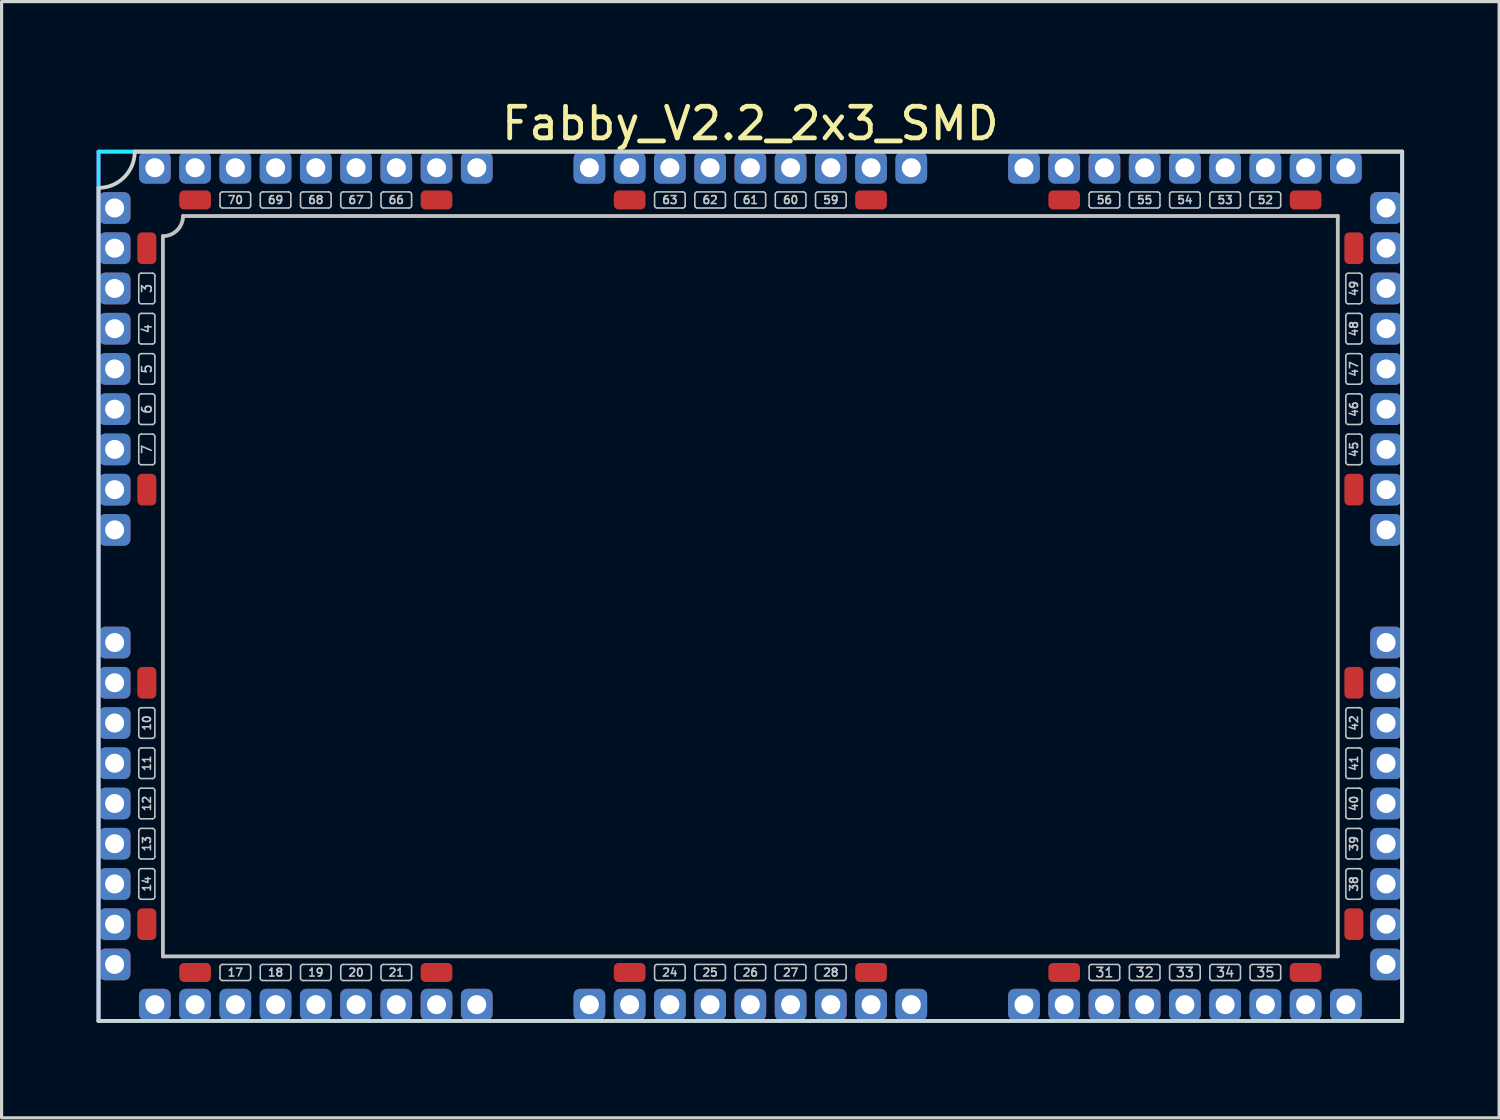
<source format=kicad_pcb>
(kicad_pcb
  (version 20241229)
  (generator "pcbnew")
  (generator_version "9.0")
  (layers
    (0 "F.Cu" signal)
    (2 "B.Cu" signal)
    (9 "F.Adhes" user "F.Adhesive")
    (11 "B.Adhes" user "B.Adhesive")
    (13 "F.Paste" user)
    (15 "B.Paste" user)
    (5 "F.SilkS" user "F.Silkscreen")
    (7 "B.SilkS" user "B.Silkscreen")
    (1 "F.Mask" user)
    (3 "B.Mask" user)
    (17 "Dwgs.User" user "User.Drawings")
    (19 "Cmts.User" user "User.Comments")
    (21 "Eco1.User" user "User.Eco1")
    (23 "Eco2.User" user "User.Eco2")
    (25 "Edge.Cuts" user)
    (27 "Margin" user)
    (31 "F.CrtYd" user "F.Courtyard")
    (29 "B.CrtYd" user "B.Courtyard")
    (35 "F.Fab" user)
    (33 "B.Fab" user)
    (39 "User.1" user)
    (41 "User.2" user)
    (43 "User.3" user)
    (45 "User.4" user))
  (footprint "Fabby_V2.2_2x3_SMD"
    (layer "F.Cu")
    (at 20.634 15.453)
    (property "Reference" "Fabby_V2.2_2x3_SMD" (at 0 -14.605 0) (layer "F.SilkS") (effects (font (size 1 1) (thickness 0.15))))
    (attr through_hole)
    (fp_line (start -19.304 -8.992) (end -19.304 -9.804) (stroke (width 0.05) (type solid)) (layer "Dwgs.User"))
    (fp_line (start -19.304 -7.722) (end -19.304 -8.534) (stroke (width 0.05) (type solid)) (layer "Dwgs.User"))
    (fp_line (start -19.304 -6.452) (end -19.304 -7.264) (stroke (width 0.05) (type solid)) (layer "Dwgs.User"))
    (fp_line (start -19.304 -5.182) (end -19.304 -5.994) (stroke (width 0.05) (type solid)) (layer "Dwgs.User"))
    (fp_line (start -19.304 -3.912) (end -19.304 -4.724) (stroke (width 0.05) (type solid)) (layer "Dwgs.User"))
    (fp_line (start -19.304 4.724) (end -19.304 3.912) (stroke (width 0.05) (type solid)) (layer "Dwgs.User"))
    (fp_line (start -19.304 5.994) (end -19.304 5.182) (stroke (width 0.05) (type solid)) (layer "Dwgs.User"))
    (fp_line (start -19.304 7.264) (end -19.304 6.452) (stroke (width 0.05) (type solid)) (layer "Dwgs.User"))
    (fp_line (start -19.304 8.534) (end -19.304 7.722) (stroke (width 0.05) (type solid)) (layer "Dwgs.User"))
    (fp_line (start -19.304 9.804) (end -19.304 8.992) (stroke (width 0.05) (type solid)) (layer "Dwgs.User"))
    (fp_line (start -19.228 -9.881) (end -18.872 -9.881) (stroke (width 0.05) (type solid)) (layer "Dwgs.User"))
    (fp_line (start -19.228 -8.915) (end -18.872 -8.915) (stroke (width 0.05) (type solid)) (layer "Dwgs.User"))
    (fp_line (start -19.228 -8.611) (end -18.872 -8.611) (stroke (width 0.05) (type solid)) (layer "Dwgs.User"))
    (fp_line (start -19.228 -7.645) (end -18.872 -7.645) (stroke (width 0.05) (type solid)) (layer "Dwgs.User"))
    (fp_line (start -19.228 -7.341) (end -18.872 -7.341) (stroke (width 0.05) (type solid)) (layer "Dwgs.User"))
    (fp_line (start -19.228 -6.375) (end -18.872 -6.375) (stroke (width 0.05) (type solid)) (layer "Dwgs.User"))
    (fp_line (start -19.228 -6.071) (end -18.872 -6.071) (stroke (width 0.05) (type solid)) (layer "Dwgs.User"))
    (fp_line (start -19.228 -5.105) (end -18.872 -5.105) (stroke (width 0.05) (type solid)) (layer "Dwgs.User"))
    (fp_line (start -19.228 -4.801) (end -18.872 -4.801) (stroke (width 0.05) (type solid)) (layer "Dwgs.User"))
    (fp_line (start -19.228 -3.835) (end -18.872 -3.835) (stroke (width 0.05) (type solid)) (layer "Dwgs.User"))
    (fp_line (start -19.228 3.835) (end -18.872 3.835) (stroke (width 0.05) (type solid)) (layer "Dwgs.User"))
    (fp_line (start -19.228 4.801) (end -18.872 4.801) (stroke (width 0.05) (type solid)) (layer "Dwgs.User"))
    (fp_line (start -19.228 5.105) (end -18.872 5.105) (stroke (width 0.05) (type solid)) (layer "Dwgs.User"))
    (fp_line (start -19.228 6.071) (end -18.872 6.071) (stroke (width 0.05) (type solid)) (layer "Dwgs.User"))
    (fp_line (start -19.228 6.375) (end -18.872 6.375) (stroke (width 0.05) (type solid)) (layer "Dwgs.User"))
    (fp_line (start -19.228 7.341) (end -18.872 7.341) (stroke (width 0.05) (type solid)) (layer "Dwgs.User"))
    (fp_line (start -19.228 7.645) (end -18.872 7.645) (stroke (width 0.05) (type solid)) (layer "Dwgs.User"))
    (fp_line (start -19.228 8.611) (end -18.872 8.611) (stroke (width 0.05) (type solid)) (layer "Dwgs.User"))
    (fp_line (start -19.228 8.915) (end -18.872 8.915) (stroke (width 0.05) (type solid)) (layer "Dwgs.User"))
    (fp_line (start -19.228 9.881) (end -18.872 9.881) (stroke (width 0.05) (type solid)) (layer "Dwgs.User"))
    (fp_line (start -18.796 -8.992) (end -18.796 -9.804) (stroke (width 0.05) (type solid)) (layer "Dwgs.User"))
    (fp_line (start -18.796 -7.722) (end -18.796 -8.534) (stroke (width 0.05) (type solid)) (layer "Dwgs.User"))
    (fp_line (start -18.796 -6.452) (end -18.796 -7.264) (stroke (width 0.05) (type solid)) (layer "Dwgs.User"))
    (fp_line (start -18.796 -5.182) (end -18.796 -5.994) (stroke (width 0.05) (type solid)) (layer "Dwgs.User"))
    (fp_line (start -18.796 -3.912) (end -18.796 -4.724) (stroke (width 0.05) (type solid)) (layer "Dwgs.User"))
    (fp_line (start -18.796 4.724) (end -18.796 3.912) (stroke (width 0.05) (type solid)) (layer "Dwgs.User"))
    (fp_line (start -18.796 5.994) (end -18.796 5.182) (stroke (width 0.05) (type solid)) (layer "Dwgs.User"))
    (fp_line (start -18.796 7.264) (end -18.796 6.452) (stroke (width 0.05) (type solid)) (layer "Dwgs.User"))
    (fp_line (start -18.796 8.534) (end -18.796 7.722) (stroke (width 0.05) (type solid)) (layer "Dwgs.User"))
    (fp_line (start -18.796 9.804) (end -18.796 8.992) (stroke (width 0.05) (type solid)) (layer "Dwgs.User"))
    (fp_line (start -18.542 11.684) (end -18.542 -11.049) (stroke (width 0.12) (type solid)) (layer "Dwgs.User"))
    (fp_line (start -17.907 -11.684) (end 18.542 -11.684) (stroke (width 0.12) (type solid)) (layer "Dwgs.User"))
    (fp_line (start -16.739 -12.014) (end -16.739 -12.37) (stroke (width 0.05) (type solid)) (layer "Dwgs.User"))
    (fp_line (start -16.739 12.37) (end -16.739 12.014) (stroke (width 0.05) (type solid)) (layer "Dwgs.User"))
    (fp_line (start -15.85 -12.446) (end -16.662 -12.446) (stroke (width 0.05) (type solid)) (layer "Dwgs.User"))
    (fp_line (start -15.85 -11.938) (end -16.662 -11.938) (stroke (width 0.05) (type solid)) (layer "Dwgs.User"))
    (fp_line (start -15.85 11.938) (end -16.662 11.938) (stroke (width 0.05) (type solid)) (layer "Dwgs.User"))
    (fp_line (start -15.85 12.446) (end -16.662 12.446) (stroke (width 0.05) (type solid)) (layer "Dwgs.User"))
    (fp_line (start -15.773 -12.014) (end -15.773 -12.37) (stroke (width 0.05) (type solid)) (layer "Dwgs.User"))
    (fp_line (start -15.773 12.37) (end -15.773 12.014) (stroke (width 0.05) (type solid)) (layer "Dwgs.User"))
    (fp_line (start -15.469 -12.014) (end -15.469 -12.37) (stroke (width 0.05) (type solid)) (layer "Dwgs.User"))
    (fp_line (start -15.469 12.37) (end -15.469 12.014) (stroke (width 0.05) (type solid)) (layer "Dwgs.User"))
    (fp_line (start -14.58 -12.446) (end -15.392 -12.446) (stroke (width 0.05) (type solid)) (layer "Dwgs.User"))
    (fp_line (start -14.58 -11.938) (end -15.392 -11.938) (stroke (width 0.05) (type solid)) (layer "Dwgs.User"))
    (fp_line (start -14.58 11.938) (end -15.392 11.938) (stroke (width 0.05) (type solid)) (layer "Dwgs.User"))
    (fp_line (start -14.58 12.446) (end -15.392 12.446) (stroke (width 0.05) (type solid)) (layer "Dwgs.User"))
    (fp_line (start -14.503 -12.014) (end -14.503 -12.37) (stroke (width 0.05) (type solid)) (layer "Dwgs.User"))
    (fp_line (start -14.503 12.37) (end -14.503 12.014) (stroke (width 0.05) (type solid)) (layer "Dwgs.User"))
    (fp_line (start -14.199 -12.014) (end -14.199 -12.37) (stroke (width 0.05) (type solid)) (layer "Dwgs.User"))
    (fp_line (start -14.199 12.37) (end -14.199 12.014) (stroke (width 0.05) (type solid)) (layer "Dwgs.User"))
    (fp_line (start -13.31 -12.446) (end -14.122 -12.446) (stroke (width 0.05) (type solid)) (layer "Dwgs.User"))
    (fp_line (start -13.31 -11.938) (end -14.122 -11.938) (stroke (width 0.05) (type solid)) (layer "Dwgs.User"))
    (fp_line (start -13.31 11.938) (end -14.122 11.938) (stroke (width 0.05) (type solid)) (layer "Dwgs.User"))
    (fp_line (start -13.31 12.446) (end -14.122 12.446) (stroke (width 0.05) (type solid)) (layer "Dwgs.User"))
    (fp_line (start -13.233 -12.014) (end -13.233 -12.37) (stroke (width 0.05) (type solid)) (layer "Dwgs.User"))
    (fp_line (start -13.233 12.37) (end -13.233 12.014) (stroke (width 0.05) (type solid)) (layer "Dwgs.User"))
    (fp_line (start -12.929 -12.014) (end -12.929 -12.37) (stroke (width 0.05) (type solid)) (layer "Dwgs.User"))
    (fp_line (start -12.929 12.37) (end -12.929 12.014) (stroke (width 0.05) (type solid)) (layer "Dwgs.User"))
    (fp_line (start -12.04 -12.446) (end -12.852 -12.446) (stroke (width 0.05) (type solid)) (layer "Dwgs.User"))
    (fp_line (start -12.04 -11.938) (end -12.852 -11.938) (stroke (width 0.05) (type solid)) (layer "Dwgs.User"))
    (fp_line (start -12.04 11.938) (end -12.852 11.938) (stroke (width 0.05) (type solid)) (layer "Dwgs.User"))
    (fp_line (start -12.04 12.446) (end -12.852 12.446) (stroke (width 0.05) (type solid)) (layer "Dwgs.User"))
    (fp_line (start -11.963 -12.014) (end -11.963 -12.37) (stroke (width 0.05) (type solid)) (layer "Dwgs.User"))
    (fp_line (start -11.963 12.37) (end -11.963 12.014) (stroke (width 0.05) (type solid)) (layer "Dwgs.User"))
    (fp_line (start -11.659 -12.014) (end -11.659 -12.37) (stroke (width 0.05) (type solid)) (layer "Dwgs.User"))
    (fp_line (start -11.659 12.37) (end -11.659 12.014) (stroke (width 0.05) (type solid)) (layer "Dwgs.User"))
    (fp_line (start -10.77 -12.446) (end -11.582 -12.446) (stroke (width 0.05) (type solid)) (layer "Dwgs.User"))
    (fp_line (start -10.77 -11.938) (end -11.582 -11.938) (stroke (width 0.05) (type solid)) (layer "Dwgs.User"))
    (fp_line (start -10.77 11.938) (end -11.582 11.938) (stroke (width 0.05) (type solid)) (layer "Dwgs.User"))
    (fp_line (start -10.77 12.446) (end -11.582 12.446) (stroke (width 0.05) (type solid)) (layer "Dwgs.User"))
    (fp_line (start -10.693 -12.014) (end -10.693 -12.37) (stroke (width 0.05) (type solid)) (layer "Dwgs.User"))
    (fp_line (start -10.693 12.37) (end -10.693 12.014) (stroke (width 0.05) (type solid)) (layer "Dwgs.User"))
    (fp_line (start -3.023 -12.014) (end -3.023 -12.37) (stroke (width 0.05) (type solid)) (layer "Dwgs.User"))
    (fp_line (start -3.023 12.014) (end -3.023 12.37) (stroke (width 0.05) (type solid)) (layer "Dwgs.User"))
    (fp_line (start -2.946 11.938) (end -2.134 11.938) (stroke (width 0.05) (type solid)) (layer "Dwgs.User"))
    (fp_line (start -2.946 12.446) (end -2.134 12.446) (stroke (width 0.05) (type solid)) (layer "Dwgs.User"))
    (fp_line (start -2.134 -12.446) (end -2.946 -12.446) (stroke (width 0.05) (type solid)) (layer "Dwgs.User"))
    (fp_line (start -2.134 -11.938) (end -2.946 -11.938) (stroke (width 0.05) (type solid)) (layer "Dwgs.User"))
    (fp_line (start -2.057 -12.014) (end -2.057 -12.37) (stroke (width 0.05) (type solid)) (layer "Dwgs.User"))
    (fp_line (start -2.057 12.014) (end -2.057 12.37) (stroke (width 0.05) (type solid)) (layer "Dwgs.User"))
    (fp_line (start -1.753 -12.014) (end -1.753 -12.37) (stroke (width 0.05) (type solid)) (layer "Dwgs.User"))
    (fp_line (start -1.753 12.014) (end -1.753 12.37) (stroke (width 0.05) (type solid)) (layer "Dwgs.User"))
    (fp_line (start -1.676 11.938) (end -0.864 11.938) (stroke (width 0.05) (type solid)) (layer "Dwgs.User"))
    (fp_line (start -1.676 12.446) (end -0.864 12.446) (stroke (width 0.05) (type solid)) (layer "Dwgs.User"))
    (fp_line (start -0.864 -12.446) (end -1.676 -12.446) (stroke (width 0.05) (type solid)) (layer "Dwgs.User"))
    (fp_line (start -0.864 -11.938) (end -1.676 -11.938) (stroke (width 0.05) (type solid)) (layer "Dwgs.User"))
    (fp_line (start -0.787 -12.014) (end -0.787 -12.37) (stroke (width 0.05) (type solid)) (layer "Dwgs.User"))
    (fp_line (start -0.787 12.014) (end -0.787 12.37) (stroke (width 0.05) (type solid)) (layer "Dwgs.User"))
    (fp_line (start -0.483 -12.014) (end -0.483 -12.37) (stroke (width 0.05) (type solid)) (layer "Dwgs.User"))
    (fp_line (start -0.483 12.014) (end -0.483 12.37) (stroke (width 0.05) (type solid)) (layer "Dwgs.User"))
    (fp_line (start -0.406 11.938) (end 0.406 11.938) (stroke (width 0.05) (type solid)) (layer "Dwgs.User"))
    (fp_line (start -0.406 12.446) (end 0.406 12.446) (stroke (width 0.05) (type solid)) (layer "Dwgs.User"))
    (fp_line (start 0.406 -12.446) (end -0.406 -12.446) (stroke (width 0.05) (type solid)) (layer "Dwgs.User"))
    (fp_line (start 0.406 -11.938) (end -0.406 -11.938) (stroke (width 0.05) (type solid)) (layer "Dwgs.User"))
    (fp_line (start 0.483 -12.014) (end 0.483 -12.37) (stroke (width 0.05) (type solid)) (layer "Dwgs.User"))
    (fp_line (start 0.483 12.014) (end 0.483 12.37) (stroke (width 0.05) (type solid)) (layer "Dwgs.User"))
    (fp_line (start 0.787 -12.014) (end 0.787 -12.37) (stroke (width 0.05) (type solid)) (layer "Dwgs.User"))
    (fp_line (start 0.787 12.014) (end 0.787 12.37) (stroke (width 0.05) (type solid)) (layer "Dwgs.User"))
    (fp_line (start 0.864 11.938) (end 1.676 11.938) (stroke (width 0.05) (type solid)) (layer "Dwgs.User"))
    (fp_line (start 0.864 12.446) (end 1.676 12.446) (stroke (width 0.05) (type solid)) (layer "Dwgs.User"))
    (fp_line (start 1.676 -12.446) (end 0.864 -12.446) (stroke (width 0.05) (type solid)) (layer "Dwgs.User"))
    (fp_line (start 1.676 -11.938) (end 0.864 -11.938) (stroke (width 0.05) (type solid)) (layer "Dwgs.User"))
    (fp_line (start 1.753 -12.014) (end 1.753 -12.37) (stroke (width 0.05) (type solid)) (layer "Dwgs.User"))
    (fp_line (start 1.753 12.014) (end 1.753 12.37) (stroke (width 0.05) (type solid)) (layer "Dwgs.User"))
    (fp_line (start 2.057 -12.014) (end 2.057 -12.37) (stroke (width 0.05) (type solid)) (layer "Dwgs.User"))
    (fp_line (start 2.057 12.014) (end 2.057 12.37) (stroke (width 0.05) (type solid)) (layer "Dwgs.User"))
    (fp_line (start 2.134 11.938) (end 2.946 11.938) (stroke (width 0.05) (type solid)) (layer "Dwgs.User"))
    (fp_line (start 2.134 12.446) (end 2.946 12.446) (stroke (width 0.05) (type solid)) (layer "Dwgs.User"))
    (fp_line (start 2.946 -12.446) (end 2.134 -12.446) (stroke (width 0.05) (type solid)) (layer "Dwgs.User"))
    (fp_line (start 2.946 -11.938) (end 2.134 -11.938) (stroke (width 0.05) (type solid)) (layer "Dwgs.User"))
    (fp_line (start 3.023 -12.014) (end 3.023 -12.37) (stroke (width 0.05) (type solid)) (layer "Dwgs.User"))
    (fp_line (start 3.023 12.014) (end 3.023 12.37) (stroke (width 0.05) (type solid)) (layer "Dwgs.User"))
    (fp_line (start 10.693 -12.014) (end 10.693 -12.37) (stroke (width 0.05) (type solid)) (layer "Dwgs.User"))
    (fp_line (start 10.693 12.37) (end 10.693 12.014) (stroke (width 0.05) (type solid)) (layer "Dwgs.User"))
    (fp_line (start 11.582 -12.446) (end 10.77 -12.446) (stroke (width 0.05) (type solid)) (layer "Dwgs.User"))
    (fp_line (start 11.582 -11.938) (end 10.77 -11.938) (stroke (width 0.05) (type solid)) (layer "Dwgs.User"))
    (fp_line (start 11.582 11.938) (end 10.77 11.938) (stroke (width 0.05) (type solid)) (layer "Dwgs.User"))
    (fp_line (start 11.582 12.446) (end 10.77 12.446) (stroke (width 0.05) (type solid)) (layer "Dwgs.User"))
    (fp_line (start 11.659 -12.014) (end 11.659 -12.37) (stroke (width 0.05) (type solid)) (layer "Dwgs.User"))
    (fp_line (start 11.659 12.37) (end 11.659 12.014) (stroke (width 0.05) (type solid)) (layer "Dwgs.User"))
    (fp_line (start 11.963 -12.014) (end 11.963 -12.37) (stroke (width 0.05) (type solid)) (layer "Dwgs.User"))
    (fp_line (start 11.963 12.37) (end 11.963 12.014) (stroke (width 0.05) (type solid)) (layer "Dwgs.User"))
    (fp_line (start 12.852 -12.446) (end 12.04 -12.446) (stroke (width 0.05) (type solid)) (layer "Dwgs.User"))
    (fp_line (start 12.852 -11.938) (end 12.04 -11.938) (stroke (width 0.05) (type solid)) (layer "Dwgs.User"))
    (fp_line (start 12.852 11.938) (end 12.04 11.938) (stroke (width 0.05) (type solid)) (layer "Dwgs.User"))
    (fp_line (start 12.852 12.446) (end 12.04 12.446) (stroke (width 0.05) (type solid)) (layer "Dwgs.User"))
    (fp_line (start 12.929 -12.014) (end 12.929 -12.37) (stroke (width 0.05) (type solid)) (layer "Dwgs.User"))
    (fp_line (start 12.929 12.37) (end 12.929 12.014) (stroke (width 0.05) (type solid)) (layer "Dwgs.User"))
    (fp_line (start 13.233 -12.014) (end 13.233 -12.37) (stroke (width 0.05) (type solid)) (layer "Dwgs.User"))
    (fp_line (start 13.233 12.37) (end 13.233 12.014) (stroke (width 0.05) (type solid)) (layer "Dwgs.User"))
    (fp_line (start 14.122 -12.446) (end 13.31 -12.446) (stroke (width 0.05) (type solid)) (layer "Dwgs.User"))
    (fp_line (start 14.122 -11.938) (end 13.31 -11.938) (stroke (width 0.05) (type solid)) (layer "Dwgs.User"))
    (fp_line (start 14.122 11.938) (end 13.31 11.938) (stroke (width 0.05) (type solid)) (layer "Dwgs.User"))
    (fp_line (start 14.122 12.446) (end 13.31 12.446) (stroke (width 0.05) (type solid)) (layer "Dwgs.User"))
    (fp_line (start 14.199 -12.014) (end 14.199 -12.37) (stroke (width 0.05) (type solid)) (layer "Dwgs.User"))
    (fp_line (start 14.199 12.37) (end 14.199 12.014) (stroke (width 0.05) (type solid)) (layer "Dwgs.User"))
    (fp_line (start 14.503 -12.014) (end 14.503 -12.37) (stroke (width 0.05) (type solid)) (layer "Dwgs.User"))
    (fp_line (start 14.503 12.37) (end 14.503 12.014) (stroke (width 0.05) (type solid)) (layer "Dwgs.User"))
    (fp_line (start 15.392 -12.446) (end 14.58 -12.446) (stroke (width 0.05) (type solid)) (layer "Dwgs.User"))
    (fp_line (start 15.392 -11.938) (end 14.58 -11.938) (stroke (width 0.05) (type solid)) (layer "Dwgs.User"))
    (fp_line (start 15.392 11.938) (end 14.58 11.938) (stroke (width 0.05) (type solid)) (layer "Dwgs.User"))
    (fp_line (start 15.392 12.446) (end 14.58 12.446) (stroke (width 0.05) (type solid)) (layer "Dwgs.User"))
    (fp_line (start 15.469 -12.014) (end 15.469 -12.37) (stroke (width 0.05) (type solid)) (layer "Dwgs.User"))
    (fp_line (start 15.469 12.37) (end 15.469 12.014) (stroke (width 0.05) (type solid)) (layer "Dwgs.User"))
    (fp_line (start 15.773 -12.014) (end 15.773 -12.37) (stroke (width 0.05) (type solid)) (layer "Dwgs.User"))
    (fp_line (start 15.773 12.37) (end 15.773 12.014) (stroke (width 0.05) (type solid)) (layer "Dwgs.User"))
    (fp_line (start 16.662 -12.446) (end 15.85 -12.446) (stroke (width 0.05) (type solid)) (layer "Dwgs.User"))
    (fp_line (start 16.662 -11.938) (end 15.85 -11.938) (stroke (width 0.05) (type solid)) (layer "Dwgs.User"))
    (fp_line (start 16.662 11.938) (end 15.85 11.938) (stroke (width 0.05) (type solid)) (layer "Dwgs.User"))
    (fp_line (start 16.662 12.446) (end 15.85 12.446) (stroke (width 0.05) (type solid)) (layer "Dwgs.User"))
    (fp_line (start 16.739 -12.014) (end 16.739 -12.37) (stroke (width 0.05) (type solid)) (layer "Dwgs.User"))
    (fp_line (start 16.739 12.37) (end 16.739 12.014) (stroke (width 0.05) (type solid)) (layer "Dwgs.User"))
    (fp_line (start 18.542 -11.684) (end 18.542 11.684) (stroke (width 0.12) (type solid)) (layer "Dwgs.User"))
    (fp_line (start 18.542 11.684) (end -18.542 11.684) (stroke (width 0.12) (type solid)) (layer "Dwgs.User"))
    (fp_line (start 18.796 -8.992) (end 18.796 -9.804) (stroke (width 0.05) (type solid)) (layer "Dwgs.User"))
    (fp_line (start 18.796 -7.722) (end 18.796 -8.534) (stroke (width 0.05) (type solid)) (layer "Dwgs.User"))
    (fp_line (start 18.796 -6.452) (end 18.796 -7.264) (stroke (width 0.05) (type solid)) (layer "Dwgs.User"))
    (fp_line (start 18.796 -5.182) (end 18.796 -5.994) (stroke (width 0.05) (type solid)) (layer "Dwgs.User"))
    (fp_line (start 18.796 -3.912) (end 18.796 -4.724) (stroke (width 0.05) (type solid)) (layer "Dwgs.User"))
    (fp_line (start 18.796 3.912) (end 18.796 4.724) (stroke (width 0.05) (type solid)) (layer "Dwgs.User"))
    (fp_line (start 18.796 5.182) (end 18.796 5.994) (stroke (width 0.05) (type solid)) (layer "Dwgs.User"))
    (fp_line (start 18.796 6.452) (end 18.796 7.264) (stroke (width 0.05) (type solid)) (layer "Dwgs.User"))
    (fp_line (start 18.796 7.722) (end 18.796 8.534) (stroke (width 0.05) (type solid)) (layer "Dwgs.User"))
    (fp_line (start 18.796 8.992) (end 18.796 9.804) (stroke (width 0.05) (type solid)) (layer "Dwgs.User"))
    (fp_line (start 18.872 -9.881) (end 19.228 -9.881) (stroke (width 0.05) (type solid)) (layer "Dwgs.User"))
    (fp_line (start 18.872 -8.915) (end 19.228 -8.915) (stroke (width 0.05) (type solid)) (layer "Dwgs.User"))
    (fp_line (start 18.872 -8.611) (end 19.228 -8.611) (stroke (width 0.05) (type solid)) (layer "Dwgs.User"))
    (fp_line (start 18.872 -7.645) (end 19.228 -7.645) (stroke (width 0.05) (type solid)) (layer "Dwgs.User"))
    (fp_line (start 18.872 -7.341) (end 19.228 -7.341) (stroke (width 0.05) (type solid)) (layer "Dwgs.User"))
    (fp_line (start 18.872 -6.375) (end 19.228 -6.375) (stroke (width 0.05) (type solid)) (layer "Dwgs.User"))
    (fp_line (start 18.872 -6.071) (end 19.228 -6.071) (stroke (width 0.05) (type solid)) (layer "Dwgs.User"))
    (fp_line (start 18.872 -5.105) (end 19.228 -5.105) (stroke (width 0.05) (type solid)) (layer "Dwgs.User"))
    (fp_line (start 18.872 -4.801) (end 19.228 -4.801) (stroke (width 0.05) (type solid)) (layer "Dwgs.User"))
    (fp_line (start 18.872 -3.835) (end 19.228 -3.835) (stroke (width 0.05) (type solid)) (layer "Dwgs.User"))
    (fp_line (start 19.228 3.835) (end 18.872 3.835) (stroke (width 0.05) (type solid)) (layer "Dwgs.User"))
    (fp_line (start 19.228 4.801) (end 18.872 4.801) (stroke (width 0.05) (type solid)) (layer "Dwgs.User"))
    (fp_line (start 19.228 5.105) (end 18.872 5.105) (stroke (width 0.05) (type solid)) (layer "Dwgs.User"))
    (fp_line (start 19.228 6.071) (end 18.872 6.071) (stroke (width 0.05) (type solid)) (layer "Dwgs.User"))
    (fp_line (start 19.228 6.375) (end 18.872 6.375) (stroke (width 0.05) (type solid)) (layer "Dwgs.User"))
    (fp_line (start 19.228 7.341) (end 18.872 7.341) (stroke (width 0.05) (type solid)) (layer "Dwgs.User"))
    (fp_line (start 19.228 7.645) (end 18.872 7.645) (stroke (width 0.05) (type solid)) (layer "Dwgs.User"))
    (fp_line (start 19.228 8.611) (end 18.872 8.611) (stroke (width 0.05) (type solid)) (layer "Dwgs.User"))
    (fp_line (start 19.228 8.915) (end 18.872 8.915) (stroke (width 0.05) (type solid)) (layer "Dwgs.User"))
    (fp_line (start 19.228 9.881) (end 18.872 9.881) (stroke (width 0.05) (type solid)) (layer "Dwgs.User"))
    (fp_line (start 19.304 -8.992) (end 19.304 -9.804) (stroke (width 0.05) (type solid)) (layer "Dwgs.User"))
    (fp_line (start 19.304 -7.722) (end 19.304 -8.534) (stroke (width 0.05) (type solid)) (layer "Dwgs.User"))
    (fp_line (start 19.304 -6.452) (end 19.304 -7.264) (stroke (width 0.05) (type solid)) (layer "Dwgs.User"))
    (fp_line (start 19.304 -5.182) (end 19.304 -5.994) (stroke (width 0.05) (type solid)) (layer "Dwgs.User"))
    (fp_line (start 19.304 -3.912) (end 19.304 -4.724) (stroke (width 0.05) (type solid)) (layer "Dwgs.User"))
    (fp_line (start 19.304 3.912) (end 19.304 4.724) (stroke (width 0.05) (type solid)) (layer "Dwgs.User"))
    (fp_line (start 19.304 5.182) (end 19.304 5.994) (stroke (width 0.05) (type solid)) (layer "Dwgs.User"))
    (fp_line (start 19.304 6.452) (end 19.304 7.264) (stroke (width 0.05) (type solid)) (layer "Dwgs.User"))
    (fp_line (start 19.304 7.722) (end 19.304 8.534) (stroke (width 0.05) (type solid)) (layer "Dwgs.User"))
    (fp_line (start 19.304 8.992) (end 19.304 9.804) (stroke (width 0.05) (type solid)) (layer "Dwgs.User"))
    (fp_arc (start -19.304 -9.8044) (mid -19.281682 -9.858282) (end -19.2278 -9.8806) (stroke (width 0.05) (type solid)) (layer "Dwgs.User"))
    (fp_arc (start -19.304 -8.5344) (mid -19.281682 -8.588282) (end -19.2278 -8.6106) (stroke (width 0.05) (type solid)) (layer "Dwgs.User"))
    (fp_arc (start -19.304 -7.2644) (mid -19.281682 -7.318282) (end -19.2278 -7.3406) (stroke (width 0.05) (type solid)) (layer "Dwgs.User"))
    (fp_arc (start -19.304 -5.9944) (mid -19.281682 -6.048282) (end -19.2278 -6.0706) (stroke (width 0.05) (type solid)) (layer "Dwgs.User"))
    (fp_arc (start -19.304 -4.7244) (mid -19.281682 -4.778282) (end -19.2278 -4.8006) (stroke (width 0.05) (type solid)) (layer "Dwgs.User"))
    (fp_arc (start -19.304 3.9116) (mid -19.281682 3.857718) (end -19.2278 3.8354) (stroke (width 0.05) (type solid)) (layer "Dwgs.User"))
    (fp_arc (start -19.304 5.1816) (mid -19.281682 5.127718) (end -19.2278 5.1054) (stroke (width 0.05) (type solid)) (layer "Dwgs.User"))
    (fp_arc (start -19.304 6.4516) (mid -19.281682 6.397718) (end -19.2278 6.3754) (stroke (width 0.05) (type solid)) (layer "Dwgs.User"))
    (fp_arc (start -19.304 7.7216) (mid -19.281682 7.667718) (end -19.2278 7.6454) (stroke (width 0.05) (type solid)) (layer "Dwgs.User"))
    (fp_arc (start -19.304 8.9916) (mid -19.281682 8.937718) (end -19.2278 8.9154) (stroke (width 0.05) (type solid)) (layer "Dwgs.User"))
    (fp_arc (start -19.2278 -8.9154) (mid -19.281682 -8.937718) (end -19.304 -8.9916) (stroke (width 0.05) (type solid)) (layer "Dwgs.User"))
    (fp_arc (start -19.2278 -7.6454) (mid -19.281682 -7.667718) (end -19.304 -7.7216) (stroke (width 0.05) (type solid)) (layer "Dwgs.User"))
    (fp_arc (start -19.2278 -6.3754) (mid -19.281682 -6.397718) (end -19.304 -6.4516) (stroke (width 0.05) (type solid)) (layer "Dwgs.User"))
    (fp_arc (start -19.2278 -5.1054) (mid -19.281682 -5.127718) (end -19.304 -5.1816) (stroke (width 0.05) (type solid)) (layer "Dwgs.User"))
    (fp_arc (start -19.2278 -3.8354) (mid -19.281682 -3.857718) (end -19.304 -3.9116) (stroke (width 0.05) (type solid)) (layer "Dwgs.User"))
    (fp_arc (start -19.2278 4.8006) (mid -19.281682 4.778282) (end -19.304 4.7244) (stroke (width 0.05) (type solid)) (layer "Dwgs.User"))
    (fp_arc (start -19.2278 6.0706) (mid -19.281682 6.048282) (end -19.304 5.9944) (stroke (width 0.05) (type solid)) (layer "Dwgs.User"))
    (fp_arc (start -19.2278 7.3406) (mid -19.281682 7.318282) (end -19.304 7.2644) (stroke (width 0.05) (type solid)) (layer "Dwgs.User"))
    (fp_arc (start -19.2278 8.6106) (mid -19.281682 8.588282) (end -19.304 8.5344) (stroke (width 0.05) (type solid)) (layer "Dwgs.User"))
    (fp_arc (start -19.2278 9.8806) (mid -19.281682 9.858282) (end -19.304 9.8044) (stroke (width 0.05) (type solid)) (layer "Dwgs.User"))
    (fp_arc (start -18.8722 -9.8806) (mid -18.818318 -9.858282) (end -18.796 -9.8044) (stroke (width 0.05) (type solid)) (layer "Dwgs.User"))
    (fp_arc (start -18.8722 -8.6106) (mid -18.818318 -8.588282) (end -18.796 -8.5344) (stroke (width 0.05) (type solid)) (layer "Dwgs.User"))
    (fp_arc (start -18.8722 -7.3406) (mid -18.818318 -7.318282) (end -18.796 -7.2644) (stroke (width 0.05) (type solid)) (layer "Dwgs.User"))
    (fp_arc (start -18.8722 -6.0706) (mid -18.818318 -6.048282) (end -18.796 -5.9944) (stroke (width 0.05) (type solid)) (layer "Dwgs.User"))
    (fp_arc (start -18.8722 -4.8006) (mid -18.818318 -4.778282) (end -18.796 -4.7244) (stroke (width 0.05) (type solid)) (layer "Dwgs.User"))
    (fp_arc (start -18.8722 3.8354) (mid -18.818318 3.857718) (end -18.796 3.9116) (stroke (width 0.05) (type solid)) (layer "Dwgs.User"))
    (fp_arc (start -18.8722 5.1054) (mid -18.818318 5.127718) (end -18.796 5.1816) (stroke (width 0.05) (type solid)) (layer "Dwgs.User"))
    (fp_arc (start -18.8722 6.3754) (mid -18.818318 6.397718) (end -18.796 6.4516) (stroke (width 0.05) (type solid)) (layer "Dwgs.User"))
    (fp_arc (start -18.8722 7.6454) (mid -18.818318 7.667718) (end -18.796 7.7216) (stroke (width 0.05) (type solid)) (layer "Dwgs.User"))
    (fp_arc (start -18.8722 8.9154) (mid -18.818318 8.937718) (end -18.796 8.9916) (stroke (width 0.05) (type solid)) (layer "Dwgs.User"))
    (fp_arc (start -18.796 -8.9916) (mid -18.818318 -8.937718) (end -18.8722 -8.9154) (stroke (width 0.05) (type solid)) (layer "Dwgs.User"))
    (fp_arc (start -18.796 -7.7216) (mid -18.818318 -7.667718) (end -18.8722 -7.6454) (stroke (width 0.05) (type solid)) (layer "Dwgs.User"))
    (fp_arc (start -18.796 -6.4516) (mid -18.818318 -6.397718) (end -18.8722 -6.3754) (stroke (width 0.05) (type solid)) (layer "Dwgs.User"))
    (fp_arc (start -18.796 -5.1816) (mid -18.818318 -5.127718) (end -18.8722 -5.1054) (stroke (width 0.05) (type solid)) (layer "Dwgs.User"))
    (fp_arc (start -18.796 -3.9116) (mid -18.818318 -3.857718) (end -18.8722 -3.8354) (stroke (width 0.05) (type solid)) (layer "Dwgs.User"))
    (fp_arc (start -18.796 4.7244) (mid -18.818318 4.778282) (end -18.8722 4.8006) (stroke (width 0.05) (type solid)) (layer "Dwgs.User"))
    (fp_arc (start -18.796 5.9944) (mid -18.818318 6.048282) (end -18.8722 6.0706) (stroke (width 0.05) (type solid)) (layer "Dwgs.User"))
    (fp_arc (start -18.796 7.2644) (mid -18.818318 7.318282) (end -18.8722 7.3406) (stroke (width 0.05) (type solid)) (layer "Dwgs.User"))
    (fp_arc (start -18.796 8.5344) (mid -18.818318 8.588282) (end -18.8722 8.6106) (stroke (width 0.05) (type solid)) (layer "Dwgs.User"))
    (fp_arc (start -18.796 9.8044) (mid -18.818318 9.858282) (end -18.8722 9.8806) (stroke (width 0.05) (type solid)) (layer "Dwgs.User"))
    (fp_arc (start -17.907 -11.684) (mid -18.092987 -11.234987) (end -18.542 -11.049) (stroke (width 0.12) (type solid)) (layer "Dwgs.User"))
    (fp_arc (start -16.7386 -12.3698) (mid -16.716282 -12.423682) (end -16.6624 -12.446) (stroke (width 0.05) (type solid)) (layer "Dwgs.User"))
    (fp_arc (start -16.7386 12.0142) (mid -16.716282 11.960318) (end -16.6624 11.938) (stroke (width 0.05) (type solid)) (layer "Dwgs.User"))
    (fp_arc (start -16.6624 -11.938) (mid -16.716282 -11.960318) (end -16.7386 -12.0142) (stroke (width 0.05) (type solid)) (layer "Dwgs.User"))
    (fp_arc (start -16.6624 12.446) (mid -16.716282 12.423682) (end -16.7386 12.3698) (stroke (width 0.05) (type solid)) (layer "Dwgs.User"))
    (fp_arc (start -15.8496 -12.446) (mid -15.795718 -12.423682) (end -15.7734 -12.3698) (stroke (width 0.05) (type solid)) (layer "Dwgs.User"))
    (fp_arc (start -15.8496 11.938) (mid -15.795718 11.960318) (end -15.7734 12.0142) (stroke (width 0.05) (type solid)) (layer "Dwgs.User"))
    (fp_arc (start -15.7734 -12.0142) (mid -15.795718 -11.960318) (end -15.8496 -11.938) (stroke (width 0.05) (type solid)) (layer "Dwgs.User"))
    (fp_arc (start -15.7734 12.3698) (mid -15.795718 12.423682) (end -15.8496 12.446) (stroke (width 0.05) (type solid)) (layer "Dwgs.User"))
    (fp_arc (start -15.4686 -12.3698) (mid -15.446282 -12.423682) (end -15.3924 -12.446) (stroke (width 0.05) (type solid)) (layer "Dwgs.User"))
    (fp_arc (start -15.4686 12.0142) (mid -15.446282 11.960318) (end -15.3924 11.938) (stroke (width 0.05) (type solid)) (layer "Dwgs.User"))
    (fp_arc (start -15.3924 -11.938) (mid -15.446282 -11.960318) (end -15.4686 -12.0142) (stroke (width 0.05) (type solid)) (layer "Dwgs.User"))
    (fp_arc (start -15.3924 12.446) (mid -15.446282 12.423682) (end -15.4686 12.3698) (stroke (width 0.05) (type solid)) (layer "Dwgs.User"))
    (fp_arc (start -14.5796 -12.446) (mid -14.525718 -12.423682) (end -14.5034 -12.3698) (stroke (width 0.05) (type solid)) (layer "Dwgs.User"))
    (fp_arc (start -14.5796 11.938) (mid -14.525718 11.960318) (end -14.5034 12.0142) (stroke (width 0.05) (type solid)) (layer "Dwgs.User"))
    (fp_arc (start -14.5034 -12.0142) (mid -14.525718 -11.960318) (end -14.5796 -11.938) (stroke (width 0.05) (type solid)) (layer "Dwgs.User"))
    (fp_arc (start -14.5034 12.3698) (mid -14.525718 12.423682) (end -14.5796 12.446) (stroke (width 0.05) (type solid)) (layer "Dwgs.User"))
    (fp_arc (start -14.1986 -12.3698) (mid -14.176282 -12.423682) (end -14.1224 -12.446) (stroke (width 0.05) (type solid)) (layer "Dwgs.User"))
    (fp_arc (start -14.1986 12.0142) (mid -14.176282 11.960318) (end -14.1224 11.938) (stroke (width 0.05) (type solid)) (layer "Dwgs.User"))
    (fp_arc (start -14.1224 -11.938) (mid -14.176282 -11.960318) (end -14.1986 -12.0142) (stroke (width 0.05) (type solid)) (layer "Dwgs.User"))
    (fp_arc (start -14.1224 12.446) (mid -14.176282 12.423682) (end -14.1986 12.3698) (stroke (width 0.05) (type solid)) (layer "Dwgs.User"))
    (fp_arc (start -13.3096 -12.446) (mid -13.255718 -12.423682) (end -13.2334 -12.3698) (stroke (width 0.05) (type solid)) (layer "Dwgs.User"))
    (fp_arc (start -13.3096 11.938) (mid -13.255718 11.960318) (end -13.2334 12.0142) (stroke (width 0.05) (type solid)) (layer "Dwgs.User"))
    (fp_arc (start -13.2334 -12.0142) (mid -13.255718 -11.960318) (end -13.3096 -11.938) (stroke (width 0.05) (type solid)) (layer "Dwgs.User"))
    (fp_arc (start -13.2334 12.3698) (mid -13.255718 12.423682) (end -13.3096 12.446) (stroke (width 0.05) (type solid)) (layer "Dwgs.User"))
    (fp_arc (start -12.9286 -12.3698) (mid -12.906282 -12.423682) (end -12.8524 -12.446) (stroke (width 0.05) (type solid)) (layer "Dwgs.User"))
    (fp_arc (start -12.9286 12.0142) (mid -12.906282 11.960318) (end -12.8524 11.938) (stroke (width 0.05) (type solid)) (layer "Dwgs.User"))
    (fp_arc (start -12.8524 -11.938) (mid -12.906282 -11.960318) (end -12.9286 -12.0142) (stroke (width 0.05) (type solid)) (layer "Dwgs.User"))
    (fp_arc (start -12.8524 12.446) (mid -12.906282 12.423682) (end -12.9286 12.3698) (stroke (width 0.05) (type solid)) (layer "Dwgs.User"))
    (fp_arc (start -12.0396 -12.446) (mid -11.985718 -12.423682) (end -11.9634 -12.3698) (stroke (width 0.05) (type solid)) (layer "Dwgs.User"))
    (fp_arc (start -12.0396 11.938) (mid -11.985718 11.960318) (end -11.9634 12.0142) (stroke (width 0.05) (type solid)) (layer "Dwgs.User"))
    (fp_arc (start -11.9634 -12.0142) (mid -11.985718 -11.960318) (end -12.0396 -11.938) (stroke (width 0.05) (type solid)) (layer "Dwgs.User"))
    (fp_arc (start -11.9634 12.3698) (mid -11.985718 12.423682) (end -12.0396 12.446) (stroke (width 0.05) (type solid)) (layer "Dwgs.User"))
    (fp_arc (start -11.6586 -12.3698) (mid -11.636282 -12.423682) (end -11.5824 -12.446) (stroke (width 0.05) (type solid)) (layer "Dwgs.User"))
    (fp_arc (start -11.6586 12.0142) (mid -11.636282 11.960318) (end -11.5824 11.938) (stroke (width 0.05) (type solid)) (layer "Dwgs.User"))
    (fp_arc (start -11.5824 -11.938) (mid -11.636282 -11.960318) (end -11.6586 -12.0142) (stroke (width 0.05) (type solid)) (layer "Dwgs.User"))
    (fp_arc (start -11.5824 12.446) (mid -11.636282 12.423682) (end -11.6586 12.3698) (stroke (width 0.05) (type solid)) (layer "Dwgs.User"))
    (fp_arc (start -10.7696 -12.446) (mid -10.715718 -12.423682) (end -10.6934 -12.3698) (stroke (width 0.05) (type solid)) (layer "Dwgs.User"))
    (fp_arc (start -10.7696 11.938) (mid -10.715718 11.960318) (end -10.6934 12.0142) (stroke (width 0.05) (type solid)) (layer "Dwgs.User"))
    (fp_arc (start -10.6934 -12.0142) (mid -10.715718 -11.960318) (end -10.7696 -11.938) (stroke (width 0.05) (type solid)) (layer "Dwgs.User"))
    (fp_arc (start -10.6934 12.3698) (mid -10.715718 12.423682) (end -10.7696 12.446) (stroke (width 0.05) (type solid)) (layer "Dwgs.User"))
    (fp_arc (start -3.0226 -12.3698) (mid -3.000282 -12.423682) (end -2.9464 -12.446) (stroke (width 0.05) (type solid)) (layer "Dwgs.User"))
    (fp_arc (start -3.0226 12.0142) (mid -3.000282 11.960318) (end -2.9464 11.938) (stroke (width 0.05) (type solid)) (layer "Dwgs.User"))
    (fp_arc (start -2.9464 -11.938) (mid -3.000282 -11.960318) (end -3.0226 -12.0142) (stroke (width 0.05) (type solid)) (layer "Dwgs.User"))
    (fp_arc (start -2.9464 12.446) (mid -3.000282 12.423682) (end -3.0226 12.3698) (stroke (width 0.05) (type solid)) (layer "Dwgs.User"))
    (fp_arc (start -2.1336 -12.446) (mid -2.079718 -12.423682) (end -2.0574 -12.3698) (stroke (width 0.05) (type solid)) (layer "Dwgs.User"))
    (fp_arc (start -2.1336 11.938) (mid -2.079718 11.960318) (end -2.0574 12.0142) (stroke (width 0.05) (type solid)) (layer "Dwgs.User"))
    (fp_arc (start -2.0574 -12.0142) (mid -2.079718 -11.960318) (end -2.1336 -11.938) (stroke (width 0.05) (type solid)) (layer "Dwgs.User"))
    (fp_arc (start -2.0574 12.3698) (mid -2.079718 12.423682) (end -2.1336 12.446) (stroke (width 0.05) (type solid)) (layer "Dwgs.User"))
    (fp_arc (start -1.7526 -12.3698) (mid -1.730282 -12.423682) (end -1.6764 -12.446) (stroke (width 0.05) (type solid)) (layer "Dwgs.User"))
    (fp_arc (start -1.7526 12.0142) (mid -1.730282 11.960318) (end -1.6764 11.938) (stroke (width 0.05) (type solid)) (layer "Dwgs.User"))
    (fp_arc (start -1.6764 -11.938) (mid -1.730282 -11.960318) (end -1.7526 -12.0142) (stroke (width 0.05) (type solid)) (layer "Dwgs.User"))
    (fp_arc (start -1.6764 12.446) (mid -1.730282 12.423682) (end -1.7526 12.3698) (stroke (width 0.05) (type solid)) (layer "Dwgs.User"))
    (fp_arc (start -0.8636 -12.446) (mid -0.809718 -12.423682) (end -0.7874 -12.3698) (stroke (width 0.05) (type solid)) (layer "Dwgs.User"))
    (fp_arc (start -0.8636 11.938) (mid -0.809718 11.960318) (end -0.7874 12.0142) (stroke (width 0.05) (type solid)) (layer "Dwgs.User"))
    (fp_arc (start -0.7874 -12.0142) (mid -0.809718 -11.960318) (end -0.8636 -11.938) (stroke (width 0.05) (type solid)) (layer "Dwgs.User"))
    (fp_arc (start -0.7874 12.3698) (mid -0.809718 12.423682) (end -0.8636 12.446) (stroke (width 0.05) (type solid)) (layer "Dwgs.User"))
    (fp_arc (start -0.4826 -12.3698) (mid -0.460282 -12.423682) (end -0.4064 -12.446) (stroke (width 0.05) (type solid)) (layer "Dwgs.User"))
    (fp_arc (start -0.4826 12.0142) (mid -0.460282 11.960318) (end -0.4064 11.938) (stroke (width 0.05) (type solid)) (layer "Dwgs.User"))
    (fp_arc (start -0.4064 -11.938) (mid -0.460282 -11.960318) (end -0.4826 -12.0142) (stroke (width 0.05) (type solid)) (layer "Dwgs.User"))
    (fp_arc (start -0.4064 12.446) (mid -0.460282 12.423682) (end -0.4826 12.3698) (stroke (width 0.05) (type solid)) (layer "Dwgs.User"))
    (fp_arc (start 0.4064 -12.446) (mid 0.460282 -12.423682) (end 0.4826 -12.3698) (stroke (width 0.05) (type solid)) (layer "Dwgs.User"))
    (fp_arc (start 0.4064 11.938) (mid 0.460282 11.960318) (end 0.4826 12.0142) (stroke (width 0.05) (type solid)) (layer "Dwgs.User"))
    (fp_arc (start 0.4826 -12.0142) (mid 0.460282 -11.960318) (end 0.4064 -11.938) (stroke (width 0.05) (type solid)) (layer "Dwgs.User"))
    (fp_arc (start 0.4826 12.3698) (mid 0.460282 12.423682) (end 0.4064 12.446) (stroke (width 0.05) (type solid)) (layer "Dwgs.User"))
    (fp_arc (start 0.7874 -12.3698) (mid 0.809718 -12.423682) (end 0.8636 -12.446) (stroke (width 0.05) (type solid)) (layer "Dwgs.User"))
    (fp_arc (start 0.7874 12.0142) (mid 0.809718 11.960318) (end 0.8636 11.938) (stroke (width 0.05) (type solid)) (layer "Dwgs.User"))
    (fp_arc (start 0.8636 -11.938) (mid 0.809718 -11.960318) (end 0.7874 -12.0142) (stroke (width 0.05) (type solid)) (layer "Dwgs.User"))
    (fp_arc (start 0.8636 12.446) (mid 0.809718 12.423682) (end 0.7874 12.3698) (stroke (width 0.05) (type solid)) (layer "Dwgs.User"))
    (fp_arc (start 1.6764 -12.446) (mid 1.730282 -12.423682) (end 1.7526 -12.3698) (stroke (width 0.05) (type solid)) (layer "Dwgs.User"))
    (fp_arc (start 1.6764 11.938) (mid 1.730282 11.960318) (end 1.7526 12.0142) (stroke (width 0.05) (type solid)) (layer "Dwgs.User"))
    (fp_arc (start 1.7526 -12.0142) (mid 1.730282 -11.960318) (end 1.6764 -11.938) (stroke (width 0.05) (type solid)) (layer "Dwgs.User"))
    (fp_arc (start 1.7526 12.3698) (mid 1.730282 12.423682) (end 1.6764 12.446) (stroke (width 0.05) (type solid)) (layer "Dwgs.User"))
    (fp_arc (start 2.0574 -12.3698) (mid 2.079718 -12.423682) (end 2.1336 -12.446) (stroke (width 0.05) (type solid)) (layer "Dwgs.User"))
    (fp_arc (start 2.0574 12.0142) (mid 2.079718 11.960318) (end 2.1336 11.938) (stroke (width 0.05) (type solid)) (layer "Dwgs.User"))
    (fp_arc (start 2.1336 -11.938) (mid 2.079718 -11.960318) (end 2.0574 -12.0142) (stroke (width 0.05) (type solid)) (layer "Dwgs.User"))
    (fp_arc (start 2.1336 12.446) (mid 2.079718 12.423682) (end 2.0574 12.3698) (stroke (width 0.05) (type solid)) (layer "Dwgs.User"))
    (fp_arc (start 2.9464 -12.446) (mid 3.000282 -12.423682) (end 3.0226 -12.3698) (stroke (width 0.05) (type solid)) (layer "Dwgs.User"))
    (fp_arc (start 2.9464 11.938) (mid 3.000282 11.960318) (end 3.0226 12.0142) (stroke (width 0.05) (type solid)) (layer "Dwgs.User"))
    (fp_arc (start 3.0226 -12.0142) (mid 3.000282 -11.960318) (end 2.9464 -11.938) (stroke (width 0.05) (type solid)) (layer "Dwgs.User"))
    (fp_arc (start 3.0226 12.3698) (mid 3.000282 12.423682) (end 2.9464 12.446) (stroke (width 0.05) (type solid)) (layer "Dwgs.User"))
    (fp_arc (start 10.6934 -12.3698) (mid 10.715718 -12.423682) (end 10.7696 -12.446) (stroke (width 0.05) (type solid)) (layer "Dwgs.User"))
    (fp_arc (start 10.6934 12.0142) (mid 10.715718 11.960318) (end 10.7696 11.938) (stroke (width 0.05) (type solid)) (layer "Dwgs.User"))
    (fp_arc (start 10.7696 -11.938) (mid 10.715718 -11.960318) (end 10.6934 -12.0142) (stroke (width 0.05) (type solid)) (layer "Dwgs.User"))
    (fp_arc (start 10.7696 12.446) (mid 10.715718 12.423682) (end 10.6934 12.3698) (stroke (width 0.05) (type solid)) (layer "Dwgs.User"))
    (fp_arc (start 11.5824 -12.446) (mid 11.636282 -12.423682) (end 11.6586 -12.3698) (stroke (width 0.05) (type solid)) (layer "Dwgs.User"))
    (fp_arc (start 11.5824 11.938) (mid 11.636282 11.960318) (end 11.6586 12.0142) (stroke (width 0.05) (type solid)) (layer "Dwgs.User"))
    (fp_arc (start 11.6586 -12.0142) (mid 11.636282 -11.960318) (end 11.5824 -11.938) (stroke (width 0.05) (type solid)) (layer "Dwgs.User"))
    (fp_arc (start 11.6586 12.3698) (mid 11.636282 12.423682) (end 11.5824 12.446) (stroke (width 0.05) (type solid)) (layer "Dwgs.User"))
    (fp_arc (start 11.9634 -12.3698) (mid 11.985718 -12.423682) (end 12.0396 -12.446) (stroke (width 0.05) (type solid)) (layer "Dwgs.User"))
    (fp_arc (start 11.9634 12.0142) (mid 11.985718 11.960318) (end 12.0396 11.938) (stroke (width 0.05) (type solid)) (layer "Dwgs.User"))
    (fp_arc (start 12.0396 -11.938) (mid 11.985718 -11.960318) (end 11.9634 -12.0142) (stroke (width 0.05) (type solid)) (layer "Dwgs.User"))
    (fp_arc (start 12.0396 12.446) (mid 11.985718 12.423682) (end 11.9634 12.3698) (stroke (width 0.05) (type solid)) (layer "Dwgs.User"))
    (fp_arc (start 12.8524 -12.446) (mid 12.906282 -12.423682) (end 12.9286 -12.3698) (stroke (width 0.05) (type solid)) (layer "Dwgs.User"))
    (fp_arc (start 12.8524 11.938) (mid 12.906282 11.960318) (end 12.9286 12.0142) (stroke (width 0.05) (type solid)) (layer "Dwgs.User"))
    (fp_arc (start 12.9286 -12.0142) (mid 12.906282 -11.960318) (end 12.8524 -11.938) (stroke (width 0.05) (type solid)) (layer "Dwgs.User"))
    (fp_arc (start 12.9286 12.3698) (mid 12.906282 12.423682) (end 12.8524 12.446) (stroke (width 0.05) (type solid)) (layer "Dwgs.User"))
    (fp_arc (start 13.2334 -12.3698) (mid 13.255718 -12.423682) (end 13.3096 -12.446) (stroke (width 0.05) (type solid)) (layer "Dwgs.User"))
    (fp_arc (start 13.2334 12.0142) (mid 13.255718 11.960318) (end 13.3096 11.938) (stroke (width 0.05) (type solid)) (layer "Dwgs.User"))
    (fp_arc (start 13.3096 -11.938) (mid 13.255718 -11.960318) (end 13.2334 -12.0142) (stroke (width 0.05) (type solid)) (layer "Dwgs.User"))
    (fp_arc (start 13.3096 12.446) (mid 13.255718 12.423682) (end 13.2334 12.3698) (stroke (width 0.05) (type solid)) (layer "Dwgs.User"))
    (fp_arc (start 14.1224 -12.446) (mid 14.176282 -12.423682) (end 14.1986 -12.3698) (stroke (width 0.05) (type solid)) (layer "Dwgs.User"))
    (fp_arc (start 14.1224 11.938) (mid 14.176282 11.960318) (end 14.1986 12.0142) (stroke (width 0.05) (type solid)) (layer "Dwgs.User"))
    (fp_arc (start 14.1986 -12.0142) (mid 14.176282 -11.960318) (end 14.1224 -11.938) (stroke (width 0.05) (type solid)) (layer "Dwgs.User"))
    (fp_arc (start 14.1986 12.3698) (mid 14.176282 12.423682) (end 14.1224 12.446) (stroke (width 0.05) (type solid)) (layer "Dwgs.User"))
    (fp_arc (start 14.5034 -12.3698) (mid 14.525718 -12.423682) (end 14.5796 -12.446) (stroke (width 0.05) (type solid)) (layer "Dwgs.User"))
    (fp_arc (start 14.5034 12.0142) (mid 14.525718 11.960318) (end 14.5796 11.938) (stroke (width 0.05) (type solid)) (layer "Dwgs.User"))
    (fp_arc (start 14.5796 -11.938) (mid 14.525718 -11.960318) (end 14.5034 -12.0142) (stroke (width 0.05) (type solid)) (layer "Dwgs.User"))
    (fp_arc (start 14.5796 12.446) (mid 14.525718 12.423682) (end 14.5034 12.3698) (stroke (width 0.05) (type solid)) (layer "Dwgs.User"))
    (fp_arc (start 15.3924 -12.446) (mid 15.446282 -12.423682) (end 15.4686 -12.3698) (stroke (width 0.05) (type solid)) (layer "Dwgs.User"))
    (fp_arc (start 15.3924 11.938) (mid 15.446282 11.960318) (end 15.4686 12.0142) (stroke (width 0.05) (type solid)) (layer "Dwgs.User"))
    (fp_arc (start 15.4686 -12.0142) (mid 15.446282 -11.960318) (end 15.3924 -11.938) (stroke (width 0.05) (type solid)) (layer "Dwgs.User"))
    (fp_arc (start 15.4686 12.3698) (mid 15.446282 12.423682) (end 15.3924 12.446) (stroke (width 0.05) (type solid)) (layer "Dwgs.User"))
    (fp_arc (start 15.7734 -12.3698) (mid 15.795718 -12.423682) (end 15.8496 -12.446) (stroke (width 0.05) (type solid)) (layer "Dwgs.User"))
    (fp_arc (start 15.7734 12.0142) (mid 15.795718 11.960318) (end 15.8496 11.938) (stroke (width 0.05) (type solid)) (layer "Dwgs.User"))
    (fp_arc (start 15.8496 -11.938) (mid 15.795718 -11.960318) (end 15.7734 -12.0142) (stroke (width 0.05) (type solid)) (layer "Dwgs.User"))
    (fp_arc (start 15.8496 12.446) (mid 15.795718 12.423682) (end 15.7734 12.3698) (stroke (width 0.05) (type solid)) (layer "Dwgs.User"))
    (fp_arc (start 16.6624 -12.446) (mid 16.716282 -12.423682) (end 16.7386 -12.3698) (stroke (width 0.05) (type solid)) (layer "Dwgs.User"))
    (fp_arc (start 16.6624 11.938) (mid 16.716282 11.960318) (end 16.7386 12.0142) (stroke (width 0.05) (type solid)) (layer "Dwgs.User"))
    (fp_arc (start 16.7386 -12.0142) (mid 16.716282 -11.960318) (end 16.6624 -11.938) (stroke (width 0.05) (type solid)) (layer "Dwgs.User"))
    (fp_arc (start 16.7386 12.3698) (mid 16.716282 12.423682) (end 16.6624 12.446) (stroke (width 0.05) (type solid)) (layer "Dwgs.User"))
    (fp_arc (start 18.796 -9.8044) (mid 18.818318 -9.858282) (end 18.8722 -9.8806) (stroke (width 0.05) (type solid)) (layer "Dwgs.User"))
    (fp_arc (start 18.796 -8.5344) (mid 18.818318 -8.588282) (end 18.8722 -8.6106) (stroke (width 0.05) (type solid)) (layer "Dwgs.User"))
    (fp_arc (start 18.796 -7.2644) (mid 18.818318 -7.318282) (end 18.8722 -7.3406) (stroke (width 0.05) (type solid)) (layer "Dwgs.User"))
    (fp_arc (start 18.796 -5.9944) (mid 18.818318 -6.048282) (end 18.8722 -6.0706) (stroke (width 0.05) (type solid)) (layer "Dwgs.User"))
    (fp_arc (start 18.796 -4.7244) (mid 18.818318 -4.778282) (end 18.8722 -4.8006) (stroke (width 0.05) (type solid)) (layer "Dwgs.User"))
    (fp_arc (start 18.796 3.9116) (mid 18.818318 3.857718) (end 18.8722 3.8354) (stroke (width 0.05) (type solid)) (layer "Dwgs.User"))
    (fp_arc (start 18.796 5.1816) (mid 18.818318 5.127718) (end 18.8722 5.1054) (stroke (width 0.05) (type solid)) (layer "Dwgs.User"))
    (fp_arc (start 18.796 6.4516) (mid 18.818318 6.397718) (end 18.8722 6.3754) (stroke (width 0.05) (type solid)) (layer "Dwgs.User"))
    (fp_arc (start 18.796 7.7216) (mid 18.818318 7.667718) (end 18.8722 7.6454) (stroke (width 0.05) (type solid)) (layer "Dwgs.User"))
    (fp_arc (start 18.796 8.9916) (mid 18.818318 8.937718) (end 18.8722 8.9154) (stroke (width 0.05) (type solid)) (layer "Dwgs.User"))
    (fp_arc (start 18.8722 -8.9154) (mid 18.818318 -8.937718) (end 18.796 -8.9916) (stroke (width 0.05) (type solid)) (layer "Dwgs.User"))
    (fp_arc (start 18.8722 -7.6454) (mid 18.818318 -7.667718) (end 18.796 -7.7216) (stroke (width 0.05) (type solid)) (layer "Dwgs.User"))
    (fp_arc (start 18.8722 -6.3754) (mid 18.818318 -6.397718) (end 18.796 -6.4516) (stroke (width 0.05) (type solid)) (layer "Dwgs.User"))
    (fp_arc (start 18.8722 -5.1054) (mid 18.818318 -5.127718) (end 18.796 -5.1816) (stroke (width 0.05) (type solid)) (layer "Dwgs.User"))
    (fp_arc (start 18.8722 -3.8354) (mid 18.818318 -3.857718) (end 18.796 -3.9116) (stroke (width 0.05) (type solid)) (layer "Dwgs.User"))
    (fp_arc (start 18.8722 4.8006) (mid 18.818318 4.778282) (end 18.796 4.7244) (stroke (width 0.05) (type solid)) (layer "Dwgs.User"))
    (fp_arc (start 18.8722 6.0706) (mid 18.818318 6.048282) (end 18.796 5.9944) (stroke (width 0.05) (type solid)) (layer "Dwgs.User"))
    (fp_arc (start 18.8722 7.3406) (mid 18.818318 7.318282) (end 18.796 7.2644) (stroke (width 0.05) (type solid)) (layer "Dwgs.User"))
    (fp_arc (start 18.8722 8.6106) (mid 18.818318 8.588282) (end 18.796 8.5344) (stroke (width 0.05) (type solid)) (layer "Dwgs.User"))
    (fp_arc (start 18.8722 9.8806) (mid 18.818318 9.858282) (end 18.796 9.8044) (stroke (width 0.05) (type solid)) (layer "Dwgs.User"))
    (fp_arc (start 19.2278 -9.8806) (mid 19.281682 -9.858282) (end 19.304 -9.8044) (stroke (width 0.05) (type solid)) (layer "Dwgs.User"))
    (fp_arc (start 19.2278 -8.6106) (mid 19.281682 -8.588282) (end 19.304 -8.5344) (stroke (width 0.05) (type solid)) (layer "Dwgs.User"))
    (fp_arc (start 19.2278 -7.3406) (mid 19.281682 -7.318282) (end 19.304 -7.2644) (stroke (width 0.05) (type solid)) (layer "Dwgs.User"))
    (fp_arc (start 19.2278 -6.0706) (mid 19.281682 -6.048282) (end 19.304 -5.9944) (stroke (width 0.05) (type solid)) (layer "Dwgs.User"))
    (fp_arc (start 19.2278 -4.8006) (mid 19.281682 -4.778282) (end 19.304 -4.7244) (stroke (width 0.05) (type solid)) (layer "Dwgs.User"))
    (fp_arc (start 19.2278 3.8354) (mid 19.281682 3.857718) (end 19.304 3.9116) (stroke (width 0.05) (type solid)) (layer "Dwgs.User"))
    (fp_arc (start 19.2278 5.1054) (mid 19.281682 5.127718) (end 19.304 5.1816) (stroke (width 0.05) (type solid)) (layer "Dwgs.User"))
    (fp_arc (start 19.2278 6.3754) (mid 19.281682 6.397718) (end 19.304 6.4516) (stroke (width 0.05) (type solid)) (layer "Dwgs.User"))
    (fp_arc (start 19.2278 7.6454) (mid 19.281682 7.667718) (end 19.304 7.7216) (stroke (width 0.05) (type solid)) (layer "Dwgs.User"))
    (fp_arc (start 19.2278 8.9154) (mid 19.281682 8.937718) (end 19.304 8.9916) (stroke (width 0.05) (type solid)) (layer "Dwgs.User"))
    (fp_arc (start 19.304 -8.9916) (mid 19.281682 -8.937718) (end 19.2278 -8.9154) (stroke (width 0.05) (type solid)) (layer "Dwgs.User"))
    (fp_arc (start 19.304 -7.7216) (mid 19.281682 -7.667718) (end 19.2278 -7.6454) (stroke (width 0.05) (type solid)) (layer "Dwgs.User"))
    (fp_arc (start 19.304 -6.4516) (mid 19.281682 -6.397718) (end 19.2278 -6.3754) (stroke (width 0.05) (type solid)) (layer "Dwgs.User"))
    (fp_arc (start 19.304 -5.1816) (mid 19.281682 -5.127718) (end 19.2278 -5.1054) (stroke (width 0.05) (type solid)) (layer "Dwgs.User"))
    (fp_arc (start 19.304 -3.9116) (mid 19.281682 -3.857718) (end 19.2278 -3.8354) (stroke (width 0.05) (type solid)) (layer "Dwgs.User"))
    (fp_arc (start 19.304 4.7244) (mid 19.281682 4.778282) (end 19.2278 4.8006) (stroke (width 0.05) (type solid)) (layer "Dwgs.User"))
    (fp_arc (start 19.304 5.9944) (mid 19.281682 6.048282) (end 19.2278 6.0706) (stroke (width 0.05) (type solid)) (layer "Dwgs.User"))
    (fp_arc (start 19.304 7.2644) (mid 19.281682 7.318282) (end 19.2278 7.3406) (stroke (width 0.05) (type solid)) (layer "Dwgs.User"))
    (fp_arc (start 19.304 8.5344) (mid 19.281682 8.588282) (end 19.2278 8.6106) (stroke (width 0.05) (type solid)) (layer "Dwgs.User"))
    (fp_arc (start 19.304 9.8044) (mid 19.281682 9.858282) (end 19.2278 9.8806) (stroke (width 0.05) (type solid)) (layer "Dwgs.User"))
    (fp_line (start -20.574 -12.573) (end -20.574 13.72) (stroke (width 0.12) (type solid)) (layer "Edge.Cuts"))
    (fp_line (start -20.574 13.72) (end 20.574 13.72) (stroke (width 0.12) (type solid)) (layer "Edge.Cuts"))
    (fp_line (start -19.431 -13.716) (end 20.574 -13.716) (stroke (width 0.12) (type solid)) (layer "Edge.Cuts"))
    (fp_line (start 20.574 13.72) (end 20.574 -13.716) (stroke (width 0.12) (type solid)) (layer "Edge.Cuts"))
    (fp_arc (start -19.431 -13.716) (mid -19.765777 -12.907777) (end -20.574 -12.573) (stroke (width 0.12) (type solid)) (layer "Edge.Cuts"))
    (fp_line (start -20.574 -13.716) (end 20.574 -13.716) (stroke (width 0.12) (type solid)) (layer "B.CrtYd"))
    (fp_line (start -20.574 13.72) (end -20.574 -13.716) (stroke (width 0.12) (type solid)) (layer "B.CrtYd"))
    (fp_line (start 20.574 -13.716) (end 20.574 13.72) (stroke (width 0.12) (type solid)) (layer "B.CrtYd"))
    (fp_line (start 20.574 13.72) (end -20.574 13.72) (stroke (width 0.12) (type solid)) (layer "B.CrtYd"))
    (fp_line (start -20.574 -13.716) (end 20.574 -13.716) (stroke (width 0.12) (type solid)) (layer "F.CrtYd"))
    (fp_line (start -20.574 13.72) (end -20.574 -13.716) (stroke (width 0.12) (type solid)) (layer "F.CrtYd"))
    (fp_line (start 20.574 -13.716) (end 20.574 13.72) (stroke (width 0.12) (type solid)) (layer "F.CrtYd"))
    (fp_line (start 20.574 13.72) (end -20.574 13.72) (stroke (width 0.12) (type solid)) (layer "F.CrtYd"))
    (fp_text user "32" (at 12.446 12.192 180) (layer "Dwgs.User") (effects (font (size 0.3 0.3) (thickness 0.05))))
    (fp_text user "11" (at -19.05 5.588 270) (layer "Dwgs.User") (effects (font (size 0.25 0.25) (thickness 0.05))))
    (fp_text user "7" (at -19.05 -4.318 90) (layer "Dwgs.User") (effects (font (size 0.3 0.3) (thickness 0.05))))
    (fp_text user "60" (at 1.27 -12.192 0) (layer "Dwgs.User") (effects (font (size 0.25 0.25) (thickness 0.05))))
    (fp_text user "17" (at -16.256 12.192 0) (layer "Dwgs.User") (effects (font (size 0.25 0.25) (thickness 0.05))))
    (fp_text user "26" (at 0 12.192 180) (layer "Dwgs.User") (effects (font (size 0.25 0.25) (thickness 0.05))))
    (fp_text user "54" (at 13.716 -12.192 0) (layer "Dwgs.User") (effects (font (size 0.25 0.25) (thickness 0.05))))
    (fp_text user "5" (at -19.05 -6.858 90) (layer "Dwgs.User") (effects (font (size 0.3 0.3) (thickness 0.05))))
    (fp_text user "38" (at 19.05 9.398 90) (layer "Dwgs.User") (effects (font (size 0.25 0.25) (thickness 0.05))))
    (fp_text user "69" (at -14.986 -12.192 0) (layer "Dwgs.User") (effects (font (size 0.25 0.25) (thickness 0.05))))
    (fp_text user "49" (at 19.05 -9.398 270) (layer "Dwgs.User") (effects (font (size 0.25 0.25) (thickness 0.05))))
    (fp_text user "13" (at -19.05 8.128 270) (layer "Dwgs.User") (effects (font (size 0.25 0.25) (thickness 0.05))))
    (fp_text user "4" (at -19.05 -8.128 90) (layer "Dwgs.User") (effects (font (size 0.3 0.3) (thickness 0.05))))
    (fp_text user "46" (at 19.05 -5.588 270) (layer "Dwgs.User") (effects (font (size 0.25 0.25) (thickness 0.05))))
    (fp_text user "40" (at 19.05 6.858 90) (layer "Dwgs.User") (effects (font (size 0.25 0.25) (thickness 0.05))))
    (fp_text user "56" (at 11.176 -12.192 0) (layer "Dwgs.User") (effects (font (size 0.25 0.25) (thickness 0.05))))
    (fp_text user "34" (at 14.986 12.192 180) (layer "Dwgs.User") (effects (font (size 0.3 0.3) (thickness 0.05))))
    (fp_text user "63" (at -2.54 -12.192 0) (layer "Dwgs.User") (effects (font (size 0.25 0.25) (thickness 0.05))))
    (fp_text user "55" (at 12.446 -12.192 0) (layer "Dwgs.User") (effects (font (size 0.25 0.25) (thickness 0.05))))
    (fp_text user "45" (at 19.05 -4.318 270) (layer "Dwgs.User") (effects (font (size 0.25 0.25) (thickness 0.05))))
    (fp_text user "3" (at -19.05 -9.398 90) (layer "Dwgs.User") (effects (font (size 0.3 0.3) (thickness 0.05))))
    (fp_text user "19" (at -13.716 12.192 0) (layer "Dwgs.User") (effects (font (size 0.25 0.25) (thickness 0.05))))
    (fp_text user "61" (at 0 -12.192 0) (layer "Dwgs.User") (effects (font (size 0.25 0.25) (thickness 0.05))))
    (fp_text user "70" (at -16.256 -12.192 0) (layer "Dwgs.User") (effects (font (size 0.25 0.25) (thickness 0.05))))
    (fp_text user "47" (at 19.05 -6.858 270) (layer "Dwgs.User") (effects (font (size 0.25 0.25) (thickness 0.05))))
    (fp_text user "28" (at 2.54 12.192 180) (layer "Dwgs.User") (effects (font (size 0.25 0.25) (thickness 0.05))))
    (fp_text user "53" (at 14.986 -12.192 0) (layer "Dwgs.User") (effects (font (size 0.25 0.25) (thickness 0.05))))
    (fp_text user "12" (at -19.05 6.858 270) (layer "Dwgs.User") (effects (font (size 0.25 0.25) (thickness 0.05))))
    (fp_text user "68" (at -13.716 -12.192 0) (layer "Dwgs.User") (effects (font (size 0.25 0.25) (thickness 0.05))))
    (fp_text user "21" (at -11.176 12.192 0) (layer "Dwgs.User") (effects (font (size 0.25 0.25) (thickness 0.05))))
    (fp_text user "48" (at 19.05 -8.128 270) (layer "Dwgs.User") (effects (font (size 0.25 0.25) (thickness 0.05))))
    (fp_text user "39" (at 19.05 8.128 90) (layer "Dwgs.User") (effects (font (size 0.25 0.25) (thickness 0.05))))
    (fp_text user "41" (at 19.05 5.588 90) (layer "Dwgs.User") (effects (font (size 0.25 0.25) (thickness 0.05))))
    (fp_text user "25" (at -1.27 12.192 180) (layer "Dwgs.User") (effects (font (size 0.25 0.25) (thickness 0.05))))
    (fp_text user "62" (at -1.27 -12.192 0) (layer "Dwgs.User") (effects (font (size 0.25 0.25) (thickness 0.05))))
    (fp_text user "24" (at -2.54 12.192 180) (layer "Dwgs.User") (effects (font (size 0.25 0.25) (thickness 0.05))))
    (fp_text user "67" (at -12.446 -12.192 0) (layer "Dwgs.User") (effects (font (size 0.25 0.25) (thickness 0.05))))
    (fp_text user "52" (at 16.256 -12.192 0) (layer "Dwgs.User") (effects (font (size 0.25 0.25) (thickness 0.05))))
    (fp_text user "10" (at -19.05 4.318 270) (layer "Dwgs.User") (effects (font (size 0.25 0.25) (thickness 0.05))))
    (fp_text user "6" (at -19.05 -5.588 90) (layer "Dwgs.User") (effects (font (size 0.3 0.3) (thickness 0.05))))
    (fp_text user "27" (at 1.27 12.192 180) (layer "Dwgs.User") (effects (font (size 0.25 0.25) (thickness 0.05))))
    (fp_text user "31" (at 11.176 12.192 180) (layer "Dwgs.User") (effects (font (size 0.3 0.3) (thickness 0.05))))
    (fp_text user "14" (at -19.05 9.398 270) (layer "Dwgs.User") (effects (font (size 0.25 0.25) (thickness 0.05))))
    (fp_text user "33" (at 13.716 12.192 180) (layer "Dwgs.User") (effects (font (size 0.3 0.3) (thickness 0.05))))
    (fp_text user "35" (at 16.256 12.192 180) (layer "Dwgs.User") (effects (font (size 0.3 0.3) (thickness 0.05))))
    (fp_text user "66" (at -11.176 -12.192 0) (layer "Dwgs.User") (effects (font (size 0.25 0.25) (thickness 0.05))))
    (fp_text user "42" (at 19.05 4.318 90) (layer "Dwgs.User") (effects (font (size 0.25 0.25) (thickness 0.05))))
    (fp_text user "18" (at -14.986 12.192 0) (layer "Dwgs.User") (effects (font (size 0.25 0.25) (thickness 0.05))))
    (fp_text user "20" (at -12.446 12.192 0) (layer "Dwgs.User") (effects (font (size 0.25 0.25) (thickness 0.05))))
    (fp_text user "59" (at 2.54 -12.192 0) (layer "Dwgs.User") (effects (font (size 0.25 0.25) (thickness 0.05))))
    (pad "" thru_hole roundrect (at -20.066 -10.668 270) (size 1 1) (drill 0.6) (layers "*.Cu" "*.Mask") (roundrect_rratio 0.2))
    (pad "" thru_hole roundrect (at -20.066 -3.048 270) (size 1 1) (drill 0.6) (layers "*.Cu" "*.Mask") (roundrect_rratio 0.2))
    (pad "" thru_hole roundrect (at -20.066 3.048 180) (size 1 1) (drill 0.6) (layers "*.Cu" "*.Mask") (roundrect_rratio 0.2))
    (pad "" thru_hole roundrect (at -20.066 10.668 180) (size 1 1) (drill 0.6) (layers "*.Cu" "*.Mask") (roundrect_rratio 0.2))
    (pad "" thru_hole roundrect (at -17.526 -13.208 270) (size 1 1) (drill 0.6) (layers "*.Cu" "*.Mask") (roundrect_rratio 0.2))
    (pad "" thru_hole roundrect (at -17.526 13.208 270) (size 1 1) (drill 0.6) (layers "*.Cu" "*.Mask") (roundrect_rratio 0.2))
    (pad "" thru_hole roundrect (at -9.906 -13.208 270) (size 1 1) (drill 0.6) (layers "*.Cu" "*.Mask") (roundrect_rratio 0.2))
    (pad "" thru_hole roundrect (at -9.906 13.208 270) (size 1 1) (drill 0.6) (layers "*.Cu" "*.Mask") (roundrect_rratio 0.2))
    (pad "" thru_hole roundrect (at -3.81 -13.208 270) (size 1 1) (drill 0.6) (layers "*.Cu" "*.Mask") (roundrect_rratio 0.2))
    (pad "" thru_hole roundrect (at -3.81 13.208 90) (size 1 1) (drill 0.6) (layers "*.Cu" "*.Mask") (roundrect_rratio 0.2))
    (pad "" thru_hole roundrect (at 3.81 -13.208 270) (size 1 1) (drill 0.6) (layers "*.Cu" "*.Mask") (roundrect_rratio 0.2))
    (pad "" thru_hole roundrect (at 3.81 13.208 90) (size 1 1) (drill 0.6) (layers "*.Cu" "*.Mask") (roundrect_rratio 0.2))
    (pad "" thru_hole roundrect (at 9.906 -13.208 270) (size 1 1) (drill 0.6) (layers "*.Cu" "*.Mask") (roundrect_rratio 0.2))
    (pad "" thru_hole roundrect (at 9.906 13.208) (size 1 1) (drill 0.6) (layers "*.Cu" "*.Mask") (roundrect_rratio 0.2))
    (pad "" thru_hole roundrect (at 17.526 -13.208 270) (size 1 1) (drill 0.6) (layers "*.Cu" "*.Mask") (roundrect_rratio 0.2))
    (pad "" thru_hole roundrect (at 17.526 13.208) (size 1 1) (drill 0.6) (layers "*.Cu" "*.Mask") (roundrect_rratio 0.2))
    (pad "" thru_hole roundrect (at 20.066 -10.668 180) (size 1 1) (drill 0.6) (layers "*.Cu" "*.Mask") (roundrect_rratio 0.2))
    (pad "" thru_hole roundrect (at 20.066 -3.048 180) (size 1 1) (drill 0.6) (layers "*.Cu" "*.Mask") (roundrect_rratio 0.2))
    (pad "" thru_hole roundrect (at 20.066 3.048) (size 1 1) (drill 0.6) (layers "*.Cu" "*.Mask") (roundrect_rratio 0.2))
    (pad "" thru_hole roundrect (at 20.066 10.668) (size 1 1) (drill 0.6) (layers "*.Cu" "*.Mask") (roundrect_rratio 0.2))
    (pad "1" thru_hole roundrect (at -20.066 -11.938 270) (size 1 1) (drill 0.6) (layers "*.Cu" "*.Mask") (roundrect_rratio 0.2))
    (pad "1" thru_hole roundrect (at -20.066 -1.778 270) (size 1 1) (drill 0.6) (layers "*.Cu" "*.Mask") (roundrect_rratio 0.2))
    (pad "1" thru_hole roundrect (at -20.066 1.778 180) (size 1 1) (drill 0.6) (layers "*.Cu" "*.Mask") (roundrect_rratio 0.2))
    (pad "1" thru_hole roundrect (at -20.066 11.938 180) (size 1 1) (drill 0.6) (layers "*.Cu" "*.Mask") (roundrect_rratio 0.2))
    (pad "1" thru_hole roundrect (at -18.796 -13.208 270) (size 1 1) (drill 0.6) (layers "*.Cu" "*.Mask") (roundrect_rratio 0.2))
    (pad "1" thru_hole roundrect (at -18.796 13.208 270) (size 1 1) (drill 0.6) (layers "*.Cu" "*.Mask") (roundrect_rratio 0.2))
    (pad "1" thru_hole roundrect (at -8.636 -13.208 270) (size 1 1) (drill 0.6) (layers "*.Cu" "*.Mask") (roundrect_rratio 0.2))
    (pad "1" thru_hole roundrect (at -8.636 13.208 270) (size 1 1) (drill 0.6) (layers "*.Cu" "*.Mask") (roundrect_rratio 0.2))
    (pad "1" thru_hole roundrect (at -5.08 -13.208 270) (size 1 1) (drill 0.6) (layers "*.Cu" "*.Mask") (roundrect_rratio 0.2))
    (pad "1" thru_hole roundrect (at -5.08 13.208 90) (size 1 1) (drill 0.6) (layers "*.Cu" "*.Mask") (roundrect_rratio 0.2))
    (pad "1" thru_hole roundrect (at 5.08 -13.208 270) (size 1 1) (drill 0.6) (layers "*.Cu" "*.Mask") (roundrect_rratio 0.2))
    (pad "1" thru_hole roundrect (at 5.08 13.208 90) (size 1 1) (drill 0.6) (layers "*.Cu" "*.Mask") (roundrect_rratio 0.2))
    (pad "1" thru_hole roundrect (at 8.636 -13.208 270) (size 1 1) (drill 0.6) (layers "*.Cu" "*.Mask") (roundrect_rratio 0.2))
    (pad "1" thru_hole roundrect (at 8.636 13.208) (size 1 1) (drill 0.6) (layers "*.Cu" "*.Mask") (roundrect_rratio 0.2))
    (pad "1" thru_hole roundrect (at 18.796 -13.208 270) (size 1 1) (drill 0.6) (layers "*.Cu" "*.Mask") (roundrect_rratio 0.2))
    (pad "1" thru_hole roundrect (at 18.796 13.208) (size 1 1) (drill 0.6) (layers "*.Cu" "*.Mask") (roundrect_rratio 0.2))
    (pad "1" thru_hole roundrect (at 20.066 -11.938 180) (size 1 1) (drill 0.6) (layers "*.Cu" "*.Mask") (roundrect_rratio 0.2))
    (pad "1" thru_hole roundrect (at 20.066 -1.778 180) (size 1 1) (drill 0.6) (layers "*.Cu" "*.Mask") (roundrect_rratio 0.2))
    (pad "1" thru_hole roundrect (at 20.066 1.778) (size 1 1) (drill 0.6) (layers "*.Cu" "*.Mask") (roundrect_rratio 0.2))
    (pad "1" thru_hole roundrect (at 20.066 11.938) (size 1 1) (drill 0.6) (layers "*.Cu" "*.Mask") (roundrect_rratio 0.2))
    (pad "2" smd roundrect (at -19.05 -10.668) (size 0.6 1) (layers "F.Cu" "F.Mask" "F.Paste") (roundrect_rratio 0.25))
    (pad "3" thru_hole roundrect (at -20.066 -9.398 270) (size 1 1) (drill 0.6) (layers "*.Cu" "*.Mask") (roundrect_rratio 0.2))
    (pad "4" thru_hole roundrect (at -20.066 -8.128 270) (size 1 1) (drill 0.6) (layers "*.Cu" "*.Mask") (roundrect_rratio 0.2))
    (pad "5" thru_hole roundrect (at -20.066 -6.858 270) (size 1 1) (drill 0.6) (layers "*.Cu" "*.Mask") (roundrect_rratio 0.2))
    (pad "6" thru_hole roundrect (at -20.066 -5.588 270) (size 1 1) (drill 0.6) (layers "*.Cu" "*.Mask") (roundrect_rratio 0.2))
    (pad "7" thru_hole roundrect (at -20.066 -4.318 270) (size 1 1) (drill 0.6) (layers "*.Cu" "*.Mask") (roundrect_rratio 0.2))
    (pad "8" smd roundrect (at -19.05 -3.048) (size 0.6 1) (layers "F.Cu" "F.Mask" "F.Paste") (roundrect_rratio 0.25))
    (pad "9" smd roundrect (at -19.05 3.048) (size 0.6 1) (layers "F.Cu" "F.Mask" "F.Paste") (roundrect_rratio 0.25))
    (pad "10" thru_hole roundrect (at -20.066 4.318 180) (size 1 1) (drill 0.6) (layers "*.Cu" "*.Mask") (roundrect_rratio 0.2))
    (pad "11" thru_hole roundrect (at -20.066 5.588 180) (size 1 1) (drill 0.6) (layers "*.Cu" "*.Mask") (roundrect_rratio 0.2))
    (pad "12" thru_hole roundrect (at -20.066 6.858 180) (size 1 1) (drill 0.6) (layers "*.Cu" "*.Mask") (roundrect_rratio 0.2))
    (pad "13" thru_hole roundrect (at -20.066 8.128 180) (size 1 1) (drill 0.6) (layers "*.Cu" "*.Mask") (roundrect_rratio 0.2))
    (pad "14" thru_hole roundrect (at -20.066 9.398 180) (size 1 1) (drill 0.6) (layers "*.Cu" "*.Mask") (roundrect_rratio 0.2))
    (pad "15" smd roundrect (at -19.05 10.668) (size 0.6 1) (layers "F.Cu" "F.Mask" "F.Paste") (roundrect_rratio 0.25))
    (pad "16" smd roundrect (at -17.526 12.192 90) (size 0.6 1) (layers "F.Cu" "F.Mask" "F.Paste") (roundrect_rratio 0.25))
    (pad "17" thru_hole roundrect (at -16.256 13.208 270) (size 1 1) (drill 0.6) (layers "*.Cu" "*.Mask") (roundrect_rratio 0.2))
    (pad "18" thru_hole roundrect (at -14.986 13.208 270) (size 1 1) (drill 0.6) (layers "*.Cu" "*.Mask") (roundrect_rratio 0.2))
    (pad "19" thru_hole roundrect (at -13.716 13.208 270) (size 1 1) (drill 0.6) (layers "*.Cu" "*.Mask") (roundrect_rratio 0.2))
    (pad "20" thru_hole roundrect (at -12.446 13.208 270) (size 1 1) (drill 0.6) (layers "*.Cu" "*.Mask") (roundrect_rratio 0.2))
    (pad "21" thru_hole roundrect (at -11.176 13.208 270) (size 1 1) (drill 0.6) (layers "*.Cu" "*.Mask") (roundrect_rratio 0.2))
    (pad "22" smd roundrect (at -9.906 12.192 90) (size 0.6 1) (layers "F.Cu" "F.Mask" "F.Paste") (roundrect_rratio 0.25))
    (pad "23" smd roundrect (at -3.81 12.192 90) (size 0.6 1) (layers "F.Cu" "F.Mask" "F.Paste") (roundrect_rratio 0.25))
    (pad "24" thru_hole roundrect (at -2.54 13.208 90) (size 1 1) (drill 0.6) (layers "*.Cu" "*.Mask") (roundrect_rratio 0.2))
    (pad "25" thru_hole roundrect (at -1.27 13.208 90) (size 1 1) (drill 0.6) (layers "*.Cu" "*.Mask") (roundrect_rratio 0.2))
    (pad "26" thru_hole roundrect (at 0 13.208 90) (size 1 1) (drill 0.6) (layers "*.Cu" "*.Mask") (roundrect_rratio 0.2))
    (pad "27" thru_hole roundrect (at 1.27 13.208 90) (size 1 1) (drill 0.6) (layers "*.Cu" "*.Mask") (roundrect_rratio 0.2))
    (pad "28" thru_hole roundrect (at 2.54 13.208 90) (size 1 1) (drill 0.6) (layers "*.Cu" "*.Mask") (roundrect_rratio 0.2))
    (pad "29" smd roundrect (at 3.81 12.192 90) (size 0.6 1) (layers "F.Cu" "F.Mask" "F.Paste") (roundrect_rratio 0.25))
    (pad "30" smd roundrect (at 9.906 12.192 90) (size 0.6 1) (layers "F.Cu" "F.Mask" "F.Paste") (roundrect_rratio 0.25))
    (pad "31" thru_hole roundrect (at 11.176 13.208) (size 1 1) (drill 0.6) (layers "*.Cu" "*.Mask") (roundrect_rratio 0.2))
    (pad "32" thru_hole roundrect (at 12.446 13.208) (size 1 1) (drill 0.6) (layers "*.Cu" "*.Mask") (roundrect_rratio 0.2))
    (pad "33" thru_hole roundrect (at 13.716 13.208) (size 1 1) (drill 0.6) (layers "*.Cu" "*.Mask") (roundrect_rratio 0.2))
    (pad "34" thru_hole roundrect (at 14.986 13.208) (size 1 1) (drill 0.6) (layers "*.Cu" "*.Mask") (roundrect_rratio 0.2))
    (pad "35" thru_hole roundrect (at 16.256 13.208) (size 1 1) (drill 0.6) (layers "*.Cu" "*.Mask") (roundrect_rratio 0.2))
    (pad "36" smd roundrect (at 17.526 12.192 90) (size 0.6 1) (layers "F.Cu" "F.Mask" "F.Paste") (roundrect_rratio 0.25))
    (pad "37" smd roundrect (at 19.05 10.668 180) (size 0.6 1) (layers "F.Cu" "F.Mask" "F.Paste") (roundrect_rratio 0.25))
    (pad "38" thru_hole roundrect (at 20.066 9.398) (size 1 1) (drill 0.6) (layers "*.Cu" "*.Mask") (roundrect_rratio 0.2))
    (pad "39" thru_hole roundrect (at 20.066 8.128) (size 1 1) (drill 0.6) (layers "*.Cu" "*.Mask") (roundrect_rratio 0.2))
    (pad "40" thru_hole roundrect (at 20.066 6.858) (size 1 1) (drill 0.6) (layers "*.Cu" "*.Mask") (roundrect_rratio 0.2))
    (pad "41" thru_hole roundrect (at 20.066 5.588) (size 1 1) (drill 0.6) (layers "*.Cu" "*.Mask") (roundrect_rratio 0.2))
    (pad "42" thru_hole roundrect (at 20.066 4.318) (size 1 1) (drill 0.6) (layers "*.Cu" "*.Mask") (roundrect_rratio 0.2))
    (pad "43" smd roundrect (at 19.05 3.048 180) (size 0.6 1) (layers "F.Cu" "F.Mask" "F.Paste") (roundrect_rratio 0.25))
    (pad "44" smd roundrect (at 19.05 -3.048 180) (size 0.6 1) (layers "F.Cu" "F.Mask" "F.Paste") (roundrect_rratio 0.25))
    (pad "45" thru_hole roundrect (at 20.066 -4.318 180) (size 1 1) (drill 0.6) (layers "*.Cu" "*.Mask") (roundrect_rratio 0.2))
    (pad "46" thru_hole roundrect (at 20.066 -5.588 180) (size 1 1) (drill 0.6) (layers "*.Cu" "*.Mask") (roundrect_rratio 0.2))
    (pad "47" thru_hole roundrect (at 20.066 -6.858 180) (size 1 1) (drill 0.6) (layers "*.Cu" "*.Mask") (roundrect_rratio 0.2))
    (pad "48" thru_hole roundrect (at 20.066 -8.128 180) (size 1 1) (drill 0.6) (layers "*.Cu" "*.Mask") (roundrect_rratio 0.2))
    (pad "49" thru_hole roundrect (at 20.066 -9.398 180) (size 1 1) (drill 0.6) (layers "*.Cu" "*.Mask") (roundrect_rratio 0.2))
    (pad "50" smd roundrect (at 19.05 -10.668 180) (size 0.6 1) (layers "F.Cu" "F.Mask" "F.Paste") (roundrect_rratio 0.25))
    (pad "51" smd roundrect (at 17.526 -12.192 270) (size 0.6 1) (layers "F.Cu" "F.Mask" "F.Paste") (roundrect_rratio 0.25))
    (pad "52" thru_hole roundrect (at 16.256 -13.208 270) (size 1 1) (drill 0.6) (layers "*.Cu" "*.Mask") (roundrect_rratio 0.2))
    (pad "53" thru_hole roundrect (at 14.986 -13.208 270) (size 1 1) (drill 0.6) (layers "*.Cu" "*.Mask") (roundrect_rratio 0.2))
    (pad "54" thru_hole roundrect (at 13.716 -13.208 270) (size 1 1) (drill 0.6) (layers "*.Cu" "*.Mask") (roundrect_rratio 0.2))
    (pad "55" thru_hole roundrect (at 12.446 -13.208 270) (size 1 1) (drill 0.6) (layers "*.Cu" "*.Mask") (roundrect_rratio 0.2))
    (pad "56" thru_hole roundrect (at 11.176 -13.208 270) (size 1 1) (drill 0.6) (layers "*.Cu" "*.Mask") (roundrect_rratio 0.2))
    (pad "57" smd roundrect (at 9.906 -12.192 270) (size 0.6 1) (layers "F.Cu" "F.Mask" "F.Paste") (roundrect_rratio 0.25))
    (pad "58" smd roundrect (at 3.81 -12.192 270) (size 0.6 1) (layers "F.Cu" "F.Mask" "F.Paste") (roundrect_rratio 0.25))
    (pad "59" thru_hole roundrect (at 2.54 -13.208 270) (size 1 1) (drill 0.6) (layers "*.Cu" "*.Mask") (roundrect_rratio 0.2))
    (pad "60" thru_hole roundrect (at 1.27 -13.208 270) (size 1 1) (drill 0.6) (layers "*.Cu" "*.Mask") (roundrect_rratio 0.2))
    (pad "61" thru_hole roundrect (at 0 -13.208 270) (size 1 1) (drill 0.6) (layers "*.Cu" "*.Mask") (roundrect_rratio 0.2))
    (pad "62" thru_hole roundrect (at -1.27 -13.208 270) (size 1 1) (drill 0.6) (layers "*.Cu" "*.Mask") (roundrect_rratio 0.2))
    (pad "63" thru_hole roundrect (at -2.54 -13.208 270) (size 1 1) (drill 0.6) (layers "*.Cu" "*.Mask") (roundrect_rratio 0.2))
    (pad "64" smd roundrect (at -3.81 -12.192 270) (size 0.6 1) (layers "F.Cu" "F.Mask" "F.Paste") (roundrect_rratio 0.25))
    (pad "65" smd roundrect (at -9.906 -12.192 270) (size 0.6 1) (layers "F.Cu" "F.Mask" "F.Paste") (roundrect_rratio 0.25))
    (pad "66" thru_hole roundrect (at -11.176 -13.208 270) (size 1 1) (drill 0.6) (layers "*.Cu" "*.Mask") (roundrect_rratio 0.2))
    (pad "67" thru_hole roundrect (at -12.446 -13.208 270) (size 1 1) (drill 0.6) (layers "*.Cu" "*.Mask") (roundrect_rratio 0.2))
    (pad "68" thru_hole roundrect (at -13.716 -13.208 270) (size 1 1) (drill 0.6) (layers "*.Cu" "*.Mask") (roundrect_rratio 0.2))
    (pad "69" thru_hole roundrect (at -14.986 -13.208 270) (size 1 1) (drill 0.6) (layers "*.Cu" "*.Mask") (roundrect_rratio 0.2))
    (pad "70" thru_hole roundrect (at -16.256 -13.208 270) (size 1 1) (drill 0.6) (layers "*.Cu" "*.Mask") (roundrect_rratio 0.2))
    (pad "71" smd roundrect (at -17.526 -12.192 270) (size 0.6 1) (layers "F.Cu" "F.Mask" "F.Paste") (roundrect_rratio 0.25)))
  (gr_rect
    (start -3 -3)
    (end 44.268 32.233)
    (stroke (width 0.1) (type default))
    (fill no)
    (layer "Edge.Cuts")))
</source>
